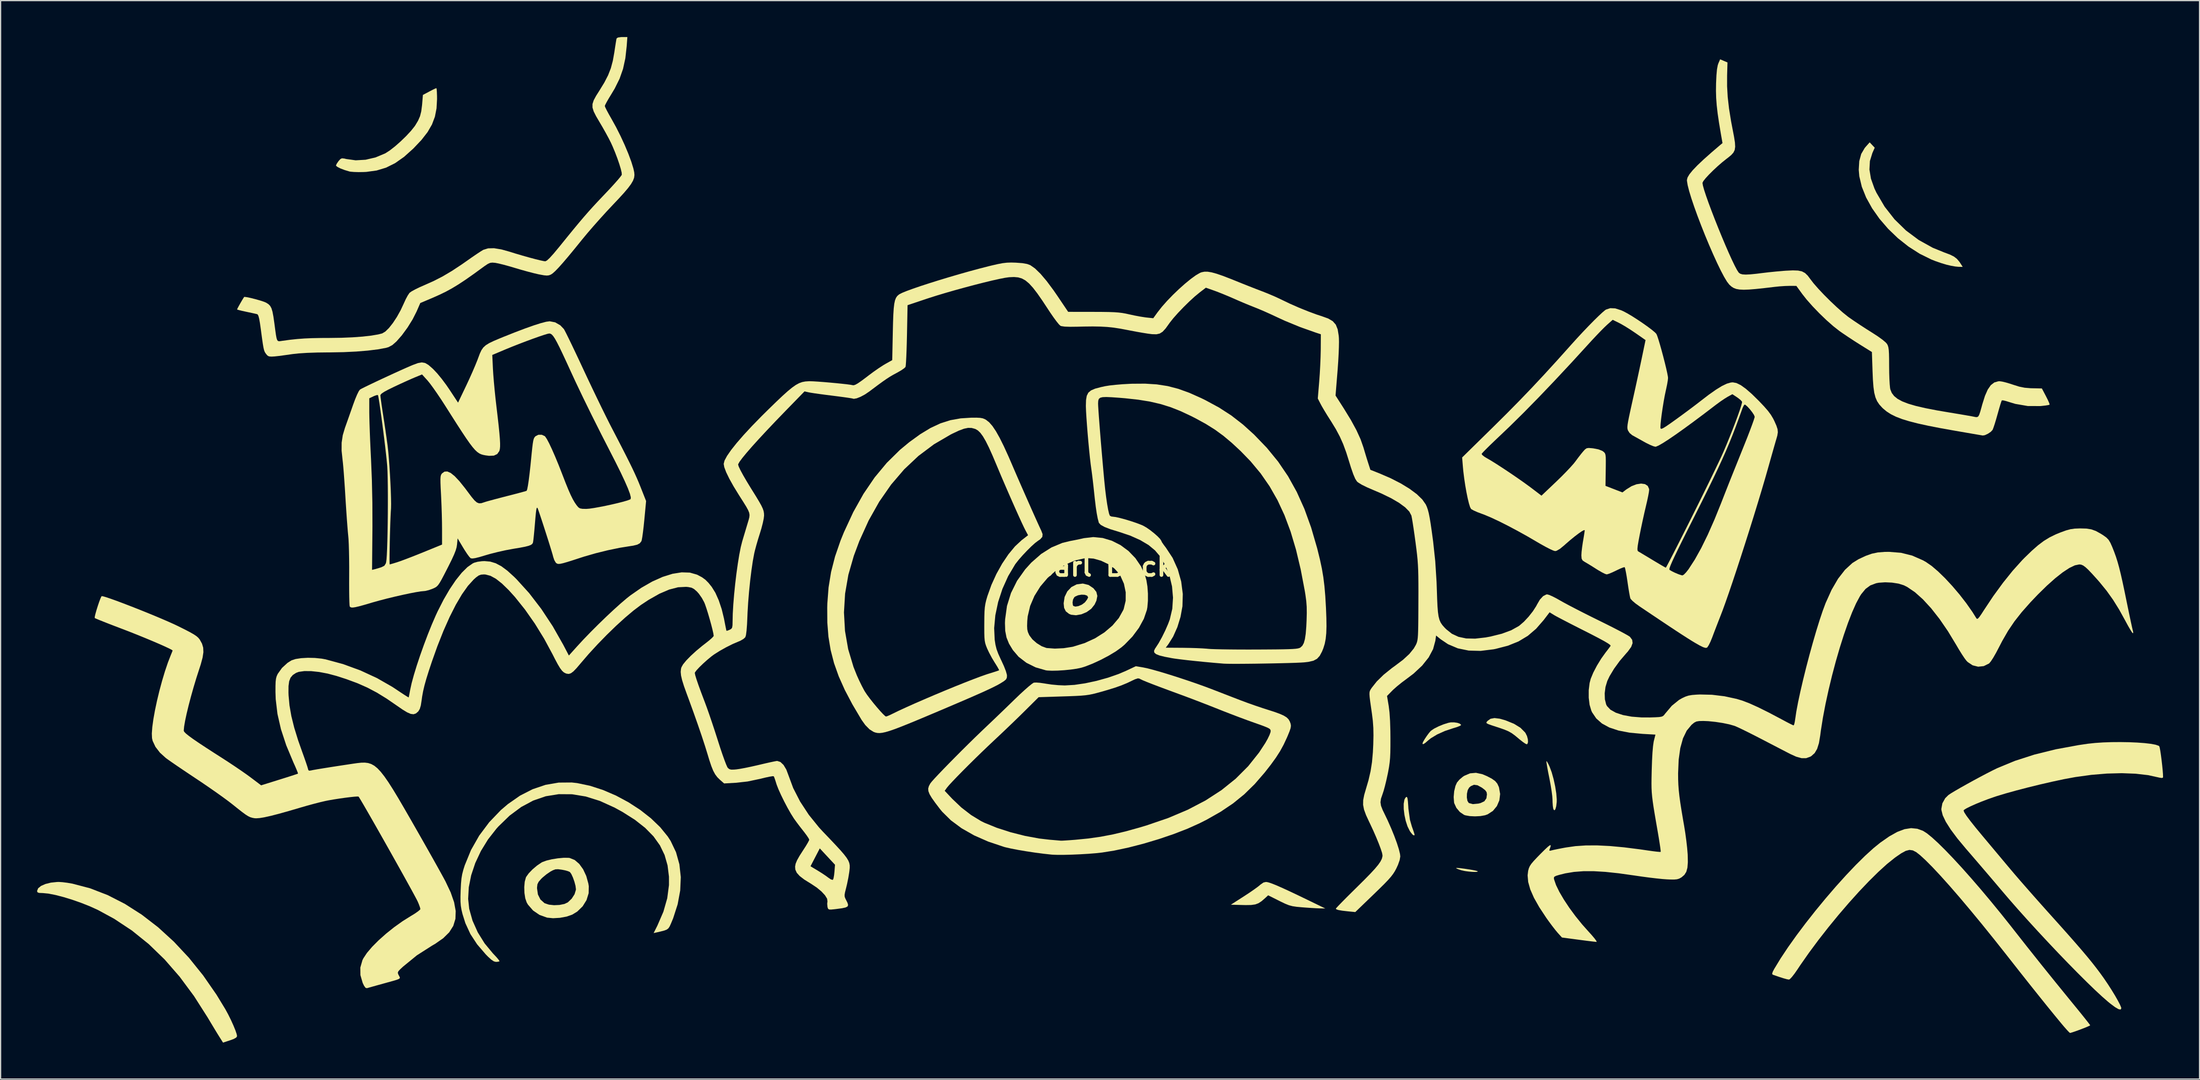
<source format=kicad_pcb>
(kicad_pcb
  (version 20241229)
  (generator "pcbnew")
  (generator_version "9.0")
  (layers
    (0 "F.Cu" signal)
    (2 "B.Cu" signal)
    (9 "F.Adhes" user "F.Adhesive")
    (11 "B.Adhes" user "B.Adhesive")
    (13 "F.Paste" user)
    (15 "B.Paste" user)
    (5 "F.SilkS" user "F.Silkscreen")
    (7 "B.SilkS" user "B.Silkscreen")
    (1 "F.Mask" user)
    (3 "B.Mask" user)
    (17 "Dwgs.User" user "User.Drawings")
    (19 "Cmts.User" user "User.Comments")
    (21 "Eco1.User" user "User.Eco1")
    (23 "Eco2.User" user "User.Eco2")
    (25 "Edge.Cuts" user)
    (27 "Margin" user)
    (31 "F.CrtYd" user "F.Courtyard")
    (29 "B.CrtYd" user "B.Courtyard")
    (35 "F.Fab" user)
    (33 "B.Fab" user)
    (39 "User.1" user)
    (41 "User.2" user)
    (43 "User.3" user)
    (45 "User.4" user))
  (footprint "Carl Back"
    (layer "F.Cu")
    (at 87.712 43.582)
    (property "Reference" "Carl Back" (at 0 0 0) (layer "F.SilkS") (effects (font (size 1.524 1.524) (thickness 0.3))))
    (attr board_only exclude_from_pos_files exclude_from_bom)
    (fp_poly (pts (xy 29.322 24.815) (xy 29.638 24.855) (xy 29.987 24.906) (xy 30.321 24.962) (xy 30.59 25.015) (xy 30.746 25.058) (xy 30.764 25.069) (xy 30.735 25.109) (xy 30.57 25.124) (xy 30.314 25.117) (xy 30.009 25.091) (xy 29.702 25.048) (xy 29.437 24.991) (xy 29.388 24.977) (xy 29.145 24.893) (xy 29.001 24.826) (xy 28.984 24.801) (xy 29.087 24.795)) (stroke (width 0) (type solid)) (fill yes) (layer "F.SilkS"))
    (fp_poly (pts (xy 24.944 18.955) (xy 24.989 19.071) (xy 25.022 19.322) (xy 25.052 19.728) (xy 25.063 19.918) (xy 25.19 20.835) (xy 25.344 21.373) (xy 25.47 21.73) (xy 25.542 21.949) (xy 25.57 22.062) (xy 25.558 22.105) (xy 25.514 22.111) (xy 25.493 22.111) (xy 25.394 22.04) (xy 25.248 21.86) (xy 25.172 21.746) (xy 24.989 21.375) (xy 24.842 20.922) (xy 24.737 20.431) (xy 24.679 19.948) (xy 24.676 19.516) (xy 24.733 19.181) (xy 24.8 19.045) (xy 24.883 18.953)) (stroke (width 0) (type solid)) (fill yes) (layer "F.SilkS"))
    (fp_poly (pts (xy 29.088 12.854) (xy 29.294 12.925) (xy 29.389 13.011) (xy 29.382 13.053) (xy 29.275 13.116) (xy 29.043 13.205) (xy 28.76 13.291) (xy 28.06 13.525) (xy 27.43 13.808) (xy 26.914 14.119) (xy 26.704 14.287) (xy 26.448 14.508) (xy 26.296 14.606) (xy 26.23 14.592) (xy 26.222 14.545) (xy 26.273 14.414) (xy 26.402 14.193) (xy 26.573 13.935) (xy 26.751 13.693) (xy 26.9 13.521) (xy 26.919 13.504) (xy 27.176 13.33) (xy 27.543 13.145) (xy 27.951 12.978) (xy 28.331 12.857) (xy 28.542 12.816) (xy 28.821 12.814)) (stroke (width 0) (type solid)) (fill yes) (layer "F.SilkS"))
    (fp_poly (pts (xy 36.467 16.055) (xy 36.569 16.237) (xy 36.676 16.464) (xy 36.847 16.927) (xy 37.003 17.485) (xy 37.132 18.081) (xy 37.223 18.657) (xy 37.263 19.154) (xy 37.259 19.379) (xy 37.217 19.725) (xy 37.153 19.956) (xy 37.08 20.054) (xy 37.007 19.999) (xy 36.971 19.901) (xy 36.939 19.691) (xy 36.918 19.382) (xy 36.913 19.175) (xy 36.894 18.895) (xy 36.842 18.486) (xy 36.765 17.999) (xy 36.669 17.482) (xy 36.643 17.351) (xy 36.55 16.886) (xy 36.477 16.488) (xy 36.428 16.19) (xy 36.41 16.024) (xy 36.413 16.001)) (stroke (width 0) (type solid)) (fill yes) (layer "F.SilkS"))
    (fp_poly (pts (xy 32.573 12.513) (xy 33.047 12.648) (xy 33.747 12.933) (xy 34.278 13.261) (xy 34.653 13.639) (xy 34.695 13.699) (xy 34.817 13.944) (xy 34.887 14.21) (xy 34.899 14.443) (xy 34.849 14.591) (xy 34.788 14.618) (xy 34.668 14.561) (xy 34.454 14.413) (xy 34.189 14.202) (xy 34.137 14.157) (xy 33.819 13.893) (xy 33.553 13.7) (xy 33.287 13.549) (xy 32.968 13.414) (xy 32.546 13.266) (xy 32.344 13.2) (xy 31.928 13.064) (xy 31.661 12.969) (xy 31.517 12.9) (xy 31.473 12.84) (xy 31.504 12.772) (xy 31.574 12.693) (xy 31.816 12.52) (xy 32.142 12.46)) (stroke (width 0) (type solid)) (fill yes) (layer "F.SilkS"))
    (fp_poly (pts (xy 13.516 25.974) (xy 13.768 26.054) (xy 14.124 26.193) (xy 14.595 26.397) (xy 15.193 26.67) (xy 15.929 27.018) (xy 16.812 27.444) (xy 18.228 28.132) (xy 17.771 28.124) (xy 17.482 28.112) (xy 17.076 28.089) (xy 16.614 28.057) (xy 16.327 28.035) (xy 15.874 27.994) (xy 15.534 27.943) (xy 15.243 27.866) (xy 14.935 27.743) (xy 14.547 27.557) (xy 14.435 27.501) (xy 13.53 27.047) (xy 13.282 27.276) (xy 12.99 27.53) (xy 12.733 27.699) (xy 12.461 27.799) (xy 12.125 27.845) (xy 11.677 27.852) (xy 11.451 27.847) (xy 10.462 27.821) (xy 11.568 27.11) (xy 11.985 26.836) (xy 12.361 26.577) (xy 12.663 26.358) (xy 12.855 26.203) (xy 12.886 26.173) (xy 13.144 25.994) (xy 13.355 25.948)) (stroke (width 0) (type solid)) (fill yes) (layer "F.SilkS"))
    (fp_poly (pts (xy -1.244 1.506) (xy -0.842 1.776) (xy -0.6 2.079) (xy -0.518 2.412) (xy -0.594 2.799) (xy -0.746 3.124) (xy -1.019 3.467) (xy -1.396 3.739) (xy -1.829 3.922) (xy -2.272 4.001) (xy -2.678 3.957) (xy -2.853 3.883) (xy -3.114 3.675) (xy -3.252 3.392) (xy -3.289 3.018) (xy -3.28 2.955) (xy -2.558 2.955) (xy -2.529 3.171) (xy -2.49 3.236) (xy -2.323 3.288) (xy -2.074 3.247) (xy -1.801 3.132) (xy -1.566 2.962) (xy -1.53 2.925) (xy -1.371 2.719) (xy -1.284 2.549) (xy -1.279 2.517) (xy -1.357 2.388) (xy -1.554 2.318) (xy -1.819 2.306) (xy -2.098 2.354) (xy -2.339 2.459) (xy -2.418 2.523) (xy -2.518 2.709) (xy -2.558 2.955) (xy -3.28 2.955) (xy -3.211 2.494) (xy -2.99 2.037) (xy -2.652 1.681) (xy -2.217 1.458) (xy -2.212 1.457) (xy -1.71 1.392)) (stroke (width 0) (type solid)) (fill yes) (layer "F.SilkS"))
    (fp_poly (pts (xy 63.205 -34.697) (xy 63.412 -34.476) (xy 63.218 -34.037) (xy 63.016 -33.38) (xy 62.977 -32.68) (xy 63.101 -31.929) (xy 63.391 -31.116) (xy 63.554 -30.771) (xy 64.228 -29.622) (xy 65.042 -28.582) (xy 65.981 -27.665) (xy 67.032 -26.881) (xy 68.18 -26.243) (xy 69.134 -25.855) (xy 69.597 -25.682) (xy 69.928 -25.517) (xy 70.173 -25.328) (xy 70.379 -25.083) (xy 70.488 -24.92) (xy 70.648 -24.669) (xy 70.295 -24.675) (xy 70.022 -24.702) (xy 69.657 -24.768) (xy 69.308 -24.851) (xy 68.867 -24.984) (xy 68.387 -25.151) (xy 68.074 -25.274) (xy 67.108 -25.751) (xy 66.183 -26.344) (xy 65.313 -27.034) (xy 64.515 -27.802) (xy 63.803 -28.628) (xy 63.195 -29.493) (xy 62.705 -30.377) (xy 62.35 -31.261) (xy 62.144 -32.126) (xy 62.098 -32.66) (xy 62.14 -33.372) (xy 62.301 -33.963) (xy 62.587 -34.451) (xy 62.667 -34.547) (xy 62.997 -34.918)) (stroke (width 0) (type solid)) (fill yes) (layer "F.SilkS"))
    (fp_poly (pts (xy 31.149 17.082) (xy 31.541 17.249) (xy 31.938 17.46) (xy 32.202 17.65) (xy 32.374 17.857) (xy 32.495 18.12) (xy 32.514 18.173) (xy 32.607 18.708) (xy 32.543 19.231) (xy 32.339 19.707) (xy 32.011 20.103) (xy 31.578 20.384) (xy 31.359 20.462) (xy 30.982 20.528) (xy 30.54 20.55) (xy 30.105 20.529) (xy 29.748 20.465) (xy 29.644 20.429) (xy 29.298 20.196) (xy 29.009 19.854) (xy 28.833 19.471) (xy 28.818 19.404) (xy 28.788 19.002) (xy 29.869 19.002) (xy 29.918 19.276) (xy 30.025 19.446) (xy 30.037 19.454) (xy 30.364 19.543) (xy 30.812 19.501) (xy 30.995 19.457) (xy 31.308 19.309) (xy 31.476 19.067) (xy 31.522 18.743) (xy 31.492 18.558) (xy 31.377 18.397) (xy 31.141 18.213) (xy 31.096 18.182) (xy 30.744 17.99) (xy 30.456 17.951) (xy 30.196 18.064) (xy 30.057 18.184) (xy 29.94 18.393) (xy 29.877 18.686) (xy 29.869 19.002) (xy 28.788 19.002) (xy 28.785 18.963) (xy 28.827 18.483) (xy 28.933 18.041) (xy 29.056 17.768) (xy 29.258 17.527) (xy 29.538 17.291) (xy 29.66 17.211) (xy 30.134 17.01) (xy 30.621 16.967)) (stroke (width 0) (type solid)) (fill yes) (layer "F.SilkS"))
    (fp_poly (pts (xy -85.625 25.967) (xy -85.232 26.016) (xy -84.826 26.085) (xy -84.807 26.089) (xy -83.352 26.471) (xy -81.91 27.029) (xy -80.492 27.754) (xy -79.105 28.64) (xy -77.758 29.679) (xy -76.462 30.864) (xy -75.224 32.188) (xy -74.054 33.643) (xy -72.96 35.221) (xy -72.231 36.419) (xy -71.997 36.849) (xy -71.77 37.307) (xy -71.567 37.756) (xy -71.404 38.155) (xy -71.299 38.467) (xy -71.266 38.639) (xy -71.334 38.754) (xy -71.549 38.874) (xy -71.844 38.981) (xy -72.421 39.169) (xy -72.744 38.657) (xy -72.918 38.377) (xy -73.153 37.989) (xy -73.42 37.546) (xy -73.687 37.099) (xy -73.689 37.095) (xy -74.809 35.338) (xy -75.985 33.751) (xy -77.224 32.327) (xy -78.531 31.061) (xy -79.913 29.947) (xy -81.375 28.979) (xy -82.702 28.258) (xy -83.358 27.959) (xy -84.072 27.675) (xy -84.809 27.416) (xy -85.531 27.194) (xy -86.202 27.021) (xy -86.786 26.906) (xy -87.246 26.862) (xy -87.269 26.862) (xy -87.539 26.851) (xy -87.671 26.807) (xy -87.711 26.712) (xy -87.712 26.686) (xy -87.626 26.47) (xy -87.388 26.276) (xy -87.028 26.117) (xy -86.576 26.004) (xy -86.063 25.951) (xy -85.922 25.948)) (stroke (width 0) (type solid)) (fill yes) (layer "F.SilkS"))
    (fp_poly (pts (xy -54.852 -39.294) (xy -54.834 -39.066) (xy -54.822 -38.732) (xy -54.82 -38.475) (xy -54.862 -37.714) (xy -54.996 -37.028) (xy -55.237 -36.387) (xy -55.599 -35.76) (xy -56.098 -35.118) (xy -56.748 -34.431) (xy -56.779 -34.4) (xy -57.536 -33.721) (xy -58.271 -33.204) (xy -59.013 -32.835) (xy -59.791 -32.6) (xy -60.635 -32.485) (xy -60.846 -32.475) (xy -61.265 -32.468) (xy -61.649 -32.479) (xy -61.937 -32.504) (xy -62.02 -32.519) (xy -62.409 -32.635) (xy -62.749 -32.763) (xy -63 -32.888) (xy -63.125 -32.99) (xy -63.131 -33.014) (xy -63.075 -33.15) (xy -62.941 -33.348) (xy -62.912 -33.385) (xy -62.769 -33.543) (xy -62.641 -33.604) (xy -62.455 -33.586) (xy -62.281 -33.545) (xy -61.513 -33.439) (xy -60.696 -33.486) (xy -59.872 -33.679) (xy -59.081 -34.011) (xy -59.076 -34.014) (xy -58.713 -34.246) (xy -58.279 -34.585) (xy -57.817 -34.992) (xy -57.366 -35.429) (xy -56.968 -35.857) (xy -56.664 -36.238) (xy -56.616 -36.308) (xy -56.38 -36.702) (xy -56.221 -37.066) (xy -56.12 -37.464) (xy -56.055 -37.964) (xy -56.042 -38.104) (xy -55.983 -38.819) (xy -55.457 -39.099) (xy -55.18 -39.243) (xy -54.969 -39.344) (xy -54.876 -39.379)) (stroke (width 0) (type solid)) (fill yes) (layer "F.SilkS"))
    (fp_poly (pts (xy -44.021 23.962) (xy -43.905 23.977) (xy -43.501 24.141) (xy -43.128 24.461) (xy -42.805 24.909) (xy -42.548 25.459) (xy -42.376 26.083) (xy -42.342 26.296) (xy -42.353 26.878) (xy -42.527 27.441) (xy -42.846 27.955) (xy -43.289 28.385) (xy -43.699 28.636) (xy -44.161 28.798) (xy -44.715 28.9) (xy -45.279 28.933) (xy -45.769 28.885) (xy -45.775 28.883) (xy -46.392 28.662) (xy -46.926 28.297) (xy -47.343 27.815) (xy -47.447 27.638) (xy -47.565 27.295) (xy -47.633 26.852) (xy -47.645 26.477) (xy -46.597 26.477) (xy -46.524 26.981) (xy -46.317 27.394) (xy -45.989 27.687) (xy -45.958 27.705) (xy -45.621 27.816) (xy -45.197 27.861) (xy -44.75 27.841) (xy -44.347 27.76) (xy -44.066 27.629) (xy -43.745 27.321) (xy -43.512 26.96) (xy -43.403 26.603) (xy -43.399 26.532) (xy -43.434 26.264) (xy -43.523 25.928) (xy -43.644 25.586) (xy -43.775 25.3) (xy -43.895 25.131) (xy -43.896 25.131) (xy -44.05 25.061) (xy -44.318 24.987) (xy -44.55 24.942) (xy -44.867 24.9) (xy -45.088 24.911) (xy -45.298 24.988) (xy -45.496 25.096) (xy -45.82 25.317) (xy -46.147 25.588) (xy -46.254 25.692) (xy -46.463 25.932) (xy -46.565 26.138) (xy -46.596 26.393) (xy -46.597 26.477) (xy -47.645 26.477) (xy -47.648 26.375) (xy -47.609 25.929) (xy -47.514 25.58) (xy -47.491 25.532) (xy -47.282 25.24) (xy -46.967 24.913) (xy -46.601 24.602) (xy -46.24 24.357) (xy -46.162 24.314) (xy -45.83 24.191) (xy -45.385 24.084) (xy -44.892 24.004) (xy -44.416 23.96)) (stroke (width 0) (type solid)) (fill yes) (layer "F.SilkS"))
    (fp_poly (pts (xy -43.299 17.812) (xy -42.243 18.033) (xy -41.17 18.381) (xy -40.104 18.84) (xy -39.074 19.393) (xy -38.106 20.023) (xy -37.227 20.713) (xy -36.464 21.448) (xy -35.845 22.209) (xy -35.608 22.576) (xy -35.168 23.5) (xy -34.89 24.496) (xy -34.775 25.551) (xy -34.823 26.652) (xy -35.033 27.788) (xy -35.405 28.945) (xy -35.591 29.391) (xy -35.692 29.611) (xy -35.79 29.761) (xy -35.923 29.865) (xy -36.129 29.947) (xy -36.448 30.029) (xy -36.755 30.099) (xy -37.008 30.156) (xy -36.698 29.537) (xy -36.205 28.396) (xy -35.889 27.288) (xy -35.747 26.205) (xy -35.748 25.513) (xy -35.863 24.584) (xy -36.108 23.728) (xy -36.492 22.935) (xy -37.022 22.194) (xy -37.707 21.496) (xy -38.554 20.83) (xy -39.571 20.186) (xy -40.224 19.828) (xy -41.422 19.283) (xy -42.588 18.917) (xy -43.719 18.731) (xy -44.816 18.724) (xy -45.879 18.896) (xy -46.906 19.248) (xy -47.897 19.779) (xy -48.851 20.488) (xy -49.768 21.377) (xy -49.933 21.56) (xy -50.629 22.45) (xy -51.214 23.403) (xy -51.678 24.394) (xy -52.013 25.398) (xy -52.211 26.39) (xy -52.262 27.345) (xy -52.176 28.158) (xy -51.903 29.131) (xy -51.472 30.094) (xy -50.907 31.005) (xy -50.23 31.822) (xy -50.183 31.872) (xy -49.942 32.129) (xy -49.767 32.335) (xy -49.686 32.459) (xy -49.685 32.478) (xy -49.804 32.514) (xy -49.978 32.527) (xy -50.145 32.485) (xy -50.353 32.349) (xy -50.631 32.096) (xy -50.813 31.91) (xy -51.526 31.08) (xy -52.078 30.236) (xy -52.49 29.341) (xy -52.727 28.586) (xy -52.812 28.228) (xy -52.865 27.907) (xy -52.891 27.566) (xy -52.893 27.151) (xy -52.878 26.636) (xy -52.851 26.089) (xy -52.812 25.664) (xy -52.75 25.301) (xy -52.656 24.937) (xy -52.542 24.578) (xy -52.029 23.324) (xy -51.354 22.135) (xy -50.53 21.033) (xy -49.575 20.037) (xy -48.994 19.541) (xy -47.994 18.844) (xy -46.957 18.315) (xy -45.895 17.956) (xy -44.819 17.771) (xy -43.739 17.763)) (stroke (width 0) (type solid)) (fill yes) (layer "F.SilkS"))
    (fp_poly (pts (xy -0.082 -2.359) (xy 0.673 -2.133) (xy 1.389 -1.771) (xy 2.043 -1.288) (xy 2.612 -0.698) (xy 3.076 -0.017) (xy 3.411 0.74) (xy 3.514 1.105) (xy 3.599 1.62) (xy 3.642 2.215) (xy 3.641 2.815) (xy 3.595 3.348) (xy 3.556 3.561) (xy 3.307 4.291) (xy 2.904 5.032) (xy 2.37 5.751) (xy 1.728 6.414) (xy 1.46 6.644) (xy 1 6.975) (xy 0.418 7.325) (xy -0.231 7.667) (xy -0.89 7.973) (xy -1.506 8.215) (xy -1.827 8.316) (xy -2.21 8.398) (xy -2.697 8.468) (xy -3.235 8.522) (xy -3.773 8.556) (xy -4.257 8.566) (xy -4.636 8.548) (xy -4.751 8.532) (xy -5.598 8.288) (xy -6.353 7.912) (xy -6.994 7.418) (xy -7.467 6.863) (xy -7.784 6.338) (xy -7.989 5.829) (xy -8.095 5.282) (xy -8.108 4.88) (xy -6.295 4.88) (xy -6.281 5.162) (xy -6.23 5.382) (xy -6.134 5.601) (xy -6.1 5.665) (xy -5.856 5.988) (xy -5.502 6.297) (xy -5.102 6.546) (xy -4.719 6.688) (xy -4.672 6.697) (xy -4.017 6.745) (xy -3.29 6.711) (xy -2.579 6.6) (xy -2.49 6.579) (xy -1.564 6.291) (xy -0.704 5.896) (xy 0.065 5.409) (xy 0.723 4.848) (xy 1.247 4.229) (xy 1.615 3.568) (xy 1.651 3.477) (xy 1.811 2.811) (xy 1.814 2.106) (xy 1.667 1.403) (xy 1.375 0.748) (xy 1.258 0.563) (xy 0.876 0.147) (xy 0.367 -0.211) (xy -0.216 -0.489) (xy -0.823 -0.661) (xy -1.401 -0.706) (xy -1.519 -0.696) (xy -2.359 -0.508) (xy -3.168 -0.16) (xy -3.925 0.327) (xy -4.612 0.932) (xy -5.207 1.632) (xy -5.691 2.407) (xy -6.044 3.234) (xy -6.246 4.092) (xy -6.282 4.477) (xy -6.295 4.88) (xy -8.108 4.88) (xy -8.116 4.642) (xy -8.103 4.343) (xy -7.95 3.233) (xy -7.621 2.172) (xy -7.122 1.167) (xy -6.454 0.225) (xy -5.946 -0.336) (xy -5.141 -1.041) (xy -4.287 -1.582) (xy -3.397 -1.953) (xy -2.767 -2.107) (xy -2.381 -2.18) (xy -1.932 -2.274) (xy -1.624 -2.344) (xy -0.855 -2.434)) (stroke (width 0) (type solid)) (fill yes) (layer "F.SilkS"))
    (fp_poly (pts (xy 66.917 21.571) (xy 67.38 21.74) (xy 67.7 21.943) (xy 68.118 22.282) (xy 68.625 22.746) (xy 69.209 23.323) (xy 69.861 24.002) (xy 70.571 24.772) (xy 71.327 25.622) (xy 72.121 26.541) (xy 72.941 27.518) (xy 73.778 28.541) (xy 74.622 29.599) (xy 74.875 29.923) (xy 75.932 31.267) (xy 77.073 32.702) (xy 78.262 34.179) (xy 79.461 35.653) (xy 79.706 35.953) (xy 80.1 36.435) (xy 80.452 36.869) (xy 80.746 37.238) (xy 80.968 37.519) (xy 81.1 37.695) (xy 81.132 37.745) (xy 81.054 37.793) (xy 80.848 37.884) (xy 80.56 37.999) (xy 80.235 38.123) (xy 79.919 38.238) (xy 79.656 38.326) (xy 79.491 38.372) (xy 79.469 38.374) (xy 79.389 38.308) (xy 79.22 38.129) (xy 78.989 37.867) (xy 78.78 37.62) (xy 78.219 36.939) (xy 77.594 36.171) (xy 76.899 35.305) (xy 76.121 34.33) (xy 75.253 33.232) (xy 74.285 32) (xy 74.255 31.961) (xy 73.217 30.65) (xy 72.222 29.416) (xy 71.276 28.269) (xy 70.39 27.217) (xy 69.569 26.27) (xy 68.822 25.437) (xy 68.158 24.727) (xy 67.583 24.15) (xy 67.151 23.752) (xy 66.827 23.497) (xy 66.545 23.35) (xy 66.268 23.312) (xy 65.965 23.389) (xy 65.602 23.584) (xy 65.144 23.899) (xy 65.053 23.966) (xy 64.42 24.475) (xy 63.709 25.121) (xy 62.938 25.883) (xy 62.123 26.74) (xy 61.283 27.674) (xy 60.433 28.664) (xy 59.593 29.69) (xy 58.779 30.732) (xy 58.009 31.77) (xy 57.299 32.785) (xy 57.059 33.146) (xy 56.823 33.486) (xy 56.609 33.76) (xy 56.444 33.936) (xy 56.365 33.984) (xy 56.2 33.956) (xy 55.905 33.875) (xy 55.521 33.752) (xy 55.087 33.601) (xy 55.021 33.577) (xy 54.975 33.505) (xy 55.025 33.338) (xy 55.151 33.099) (xy 55.668 32.248) (xy 56.282 31.323) (xy 56.978 30.345) (xy 57.736 29.336) (xy 58.539 28.317) (xy 59.37 27.308) (xy 60.21 26.331) (xy 61.043 25.407) (xy 61.849 24.557) (xy 62.612 23.803) (xy 63.313 23.165) (xy 63.865 22.717) (xy 64.609 22.198) (xy 65.269 21.828) (xy 65.863 21.604) (xy 66.407 21.519)) (stroke (width 0) (type solid)) (fill yes) (layer "F.SilkS"))
    (fp_poly (pts (xy 84.324 14.448) (xy 84.993 14.477) (xy 85.597 14.521) (xy 86.11 14.58) (xy 86.505 14.653) (xy 86.756 14.738) (xy 86.81 14.777) (xy 86.848 14.892) (xy 86.896 15.147) (xy 86.949 15.501) (xy 87.002 15.912) (xy 87.051 16.339) (xy 87.091 16.74) (xy 87.117 17.073) (xy 87.124 17.296) (xy 87.114 17.366) (xy 87.006 17.392) (xy 86.801 17.36) (xy 86.774 17.352) (xy 85.889 17.158) (xy 84.864 17.04) (xy 83.728 16.997) (xy 82.506 17.029) (xy 81.225 17.135) (xy 79.914 17.316) (xy 78.987 17.487) (xy 78.015 17.695) (xy 77.011 17.926) (xy 76.013 18.171) (xy 75.062 18.419) (xy 74.197 18.659) (xy 73.459 18.882) (xy 73.242 18.953) (xy 72.72 19.136) (xy 72.204 19.333) (xy 71.724 19.53) (xy 71.307 19.716) (xy 70.981 19.877) (xy 70.776 20.001) (xy 70.718 20.068) (xy 70.78 20.227) (xy 70.967 20.516) (xy 71.28 20.935) (xy 71.718 21.486) (xy 72.273 22.156) (xy 72.741 22.715) (xy 73.274 23.352) (xy 73.821 24.005) (xy 74.33 24.613) (xy 74.569 24.897) (xy 74.92 25.312) (xy 75.368 25.832) (xy 75.888 26.427) (xy 76.453 27.07) (xy 77.037 27.729) (xy 77.614 28.376) (xy 77.855 28.644) (xy 78.662 29.543) (xy 79.359 30.326) (xy 79.957 31.007) (xy 80.471 31.602) (xy 80.914 32.128) (xy 81.299 32.601) (xy 81.64 33.037) (xy 81.951 33.451) (xy 82.245 33.859) (xy 82.266 33.89) (xy 82.585 34.36) (xy 82.893 34.839) (xy 83.174 35.3) (xy 83.409 35.713) (xy 83.583 36.048) (xy 83.678 36.277) (xy 83.691 36.341) (xy 83.635 36.448) (xy 83.463 36.418) (xy 83.174 36.25) (xy 82.766 35.944) (xy 82.596 35.804) (xy 82.111 35.381) (xy 81.524 34.836) (xy 80.853 34.187) (xy 80.115 33.452) (xy 79.325 32.648) (xy 78.501 31.793) (xy 77.661 30.904) (xy 76.82 30) (xy 75.996 29.098) (xy 75.205 28.216) (xy 74.465 27.37) (xy 73.958 26.777) (xy 73.304 26.004) (xy 72.619 25.2) (xy 71.943 24.41) (xy 71.316 23.68) (xy 70.907 23.207) (xy 70.209 22.368) (xy 69.66 21.632) (xy 69.258 20.998) (xy 69.004 20.463) (xy 68.895 20.026) (xy 68.891 19.932) (xy 68.975 19.477) (xy 69.207 19.058) (xy 69.47 18.797) (xy 69.682 18.655) (xy 70.026 18.448) (xy 70.47 18.191) (xy 70.983 17.903) (xy 71.532 17.6) (xy 72.088 17.3) (xy 72.619 17.02) (xy 73.094 16.777) (xy 73.48 16.588) (xy 73.495 16.581) (xy 74.942 15.983) (xy 76.546 15.466) (xy 78.3 15.032) (xy 80.197 14.683) (xy 80.947 14.573) (xy 81.538 14.51) (xy 82.197 14.466) (xy 82.9 14.442) (xy 83.617 14.437)) (stroke (width 0) (type solid)) (fill yes) (layer "F.SilkS"))
    (fp_poly (pts (xy -10.152 -12.244) (xy -9.936 -12.204) (xy -9.759 -12.13) (xy -9.658 -12.072) (xy -9.406 -11.871) (xy -9.142 -11.567) (xy -8.86 -11.147) (xy -8.551 -10.598) (xy -8.208 -9.908) (xy -7.823 -9.063) (xy -7.578 -8.497) (xy -7.354 -7.976) (xy -7.096 -7.379) (xy -6.814 -6.733) (xy -6.52 -6.064) (xy -6.226 -5.397) (xy -5.944 -4.76) (xy -5.684 -4.177) (xy -5.459 -3.676) (xy -5.28 -3.282) (xy -5.158 -3.021) (xy -5.133 -2.97) (xy -5.021 -2.674) (xy -5.042 -2.451) (xy -5.212 -2.254) (xy -5.415 -2.115) (xy -5.65 -1.936) (xy -5.962 -1.653) (xy -6.314 -1.303) (xy -6.669 -0.926) (xy -6.989 -0.56) (xy -7.238 -0.243) (xy -7.281 -0.183) (xy -7.854 0.785) (xy -8.323 1.828) (xy -8.677 2.911) (xy -8.907 3.999) (xy -9.004 5.057) (xy -8.961 6.011) (xy -8.897 6.427) (xy -8.806 6.794) (xy -8.665 7.175) (xy -8.455 7.637) (xy -8.407 7.736) (xy -8.197 8.195) (xy -8.043 8.59) (xy -7.96 8.883) (xy -7.949 8.98) (xy -7.964 9.15) (xy -8.031 9.282) (xy -8.187 9.416) (xy -8.464 9.591) (xy -8.51 9.618) (xy -8.736 9.745) (xy -9.02 9.891) (xy -9.376 10.063) (xy -9.818 10.268) (xy -10.363 10.511) (xy -11.024 10.801) (xy -11.815 11.142) (xy -12.752 11.542) (xy -13.431 11.831) (xy -14.46 12.266) (xy -15.335 12.633) (xy -16.073 12.937) (xy -16.687 13.182) (xy -17.191 13.374) (xy -17.602 13.516) (xy -17.933 13.614) (xy -18.2 13.672) (xy -18.416 13.696) (xy -18.597 13.689) (xy -18.756 13.657) (xy -18.91 13.604) (xy -18.913 13.603) (xy -19.253 13.391) (xy -19.605 13.033) (xy -19.907 12.611) (xy -20.662 11.336) (xy -21.285 10.153) (xy -21.786 9.031) (xy -22.172 7.944) (xy -22.451 6.863) (xy -22.633 5.762) (xy -22.724 4.61) (xy -22.73 3.766) (xy -21.356 3.766) (xy -21.271 5.292) (xy -21.01 6.79) (xy -20.572 8.253) (xy -20.294 8.951) (xy -20.099 9.382) (xy -19.888 9.814) (xy -19.695 10.177) (xy -19.632 10.285) (xy -19.459 10.544) (xy -19.222 10.862) (xy -18.947 11.21) (xy -18.659 11.557) (xy -18.384 11.873) (xy -18.148 12.127) (xy -17.975 12.29) (xy -17.901 12.335) (xy -17.774 12.296) (xy -17.545 12.197) (xy -17.366 12.109) (xy -16.867 11.866) (xy -16.243 11.578) (xy -15.524 11.256) (xy -14.736 10.913) (xy -13.908 10.559) (xy -13.067 10.207) (xy -12.24 9.867) (xy -11.456 9.552) (xy -10.741 9.273) (xy -10.125 9.041) (xy -9.634 8.868) (xy -9.456 8.811) (xy -9.096 8.699) (xy -8.808 8.607) (xy -8.633 8.546) (xy -8.599 8.531) (xy -8.628 8.447) (xy -8.738 8.25) (xy -8.905 7.978) (xy -8.952 7.906) (xy -9.187 7.516) (xy -9.418 7.085) (xy -9.581 6.739) (xy -9.672 6.512) (xy -9.737 6.309) (xy -9.779 6.092) (xy -9.804 5.823) (xy -9.815 5.465) (xy -9.817 4.978) (xy -9.816 4.705) (xy -9.811 4.131) (xy -9.798 3.695) (xy -9.772 3.353) (xy -9.727 3.059) (xy -9.66 2.768) (xy -9.564 2.437) (xy -9.559 2.421) (xy -9.23 1.503) (xy -8.82 0.602) (xy -8.346 -0.249) (xy -7.83 -1.016) (xy -7.292 -1.667) (xy -6.751 -2.17) (xy -6.746 -2.174) (xy -6.216 -2.585) (xy -6.44 -3.006) (xy -6.565 -3.257) (xy -6.75 -3.65) (xy -6.981 -4.156) (xy -7.247 -4.748) (xy -7.536 -5.4) (xy -7.835 -6.083) (xy -8.133 -6.77) (xy -8.418 -7.433) (xy -8.676 -8.047) (xy -8.788 -8.314) (xy -9.135 -9.136) (xy -9.434 -9.801) (xy -9.695 -10.324) (xy -9.927 -10.722) (xy -10.139 -11.011) (xy -10.341 -11.206) (xy -10.542 -11.325) (xy -10.568 -11.335) (xy -10.851 -11.413) (xy -11.146 -11.421) (xy -11.485 -11.351) (xy -11.9 -11.197) (xy -12.426 -10.951) (xy -12.583 -10.871) (xy -13.953 -10.07) (xy -15.228 -9.114) (xy -16.404 -8.007) (xy -17.48 -6.749) (xy -18.455 -5.345) (xy -19.326 -3.796) (xy -20.092 -2.105) (xy -20.546 -0.889) (xy -20.993 0.667) (xy -21.263 2.221) (xy -21.356 3.766) (xy -22.73 3.766) (xy -22.733 3.382) (xy -22.723 3.03) (xy -22.622 1.709) (xy -22.415 0.437) (xy -22.09 -0.832) (xy -21.638 -2.144) (xy -21.359 -2.832) (xy -20.589 -4.493) (xy -19.75 -5.992) (xy -18.835 -7.338) (xy -17.835 -8.542) (xy -16.746 -9.614) (xy -15.989 -10.241) (xy -15.082 -10.899) (xy -14.236 -11.412) (xy -13.422 -11.792) (xy -12.607 -12.052) (xy -11.761 -12.203) (xy -10.892 -12.258) (xy -10.455 -12.26)) (stroke (width 0) (type solid)) (fill yes) (layer "F.SilkS"))
    (fp_poly (pts (xy 3.264 8.298) (xy 3.625 8.375) (xy 4.128 8.507) (xy 4.74 8.682) (xy 5.431 8.893) (xy 6.172 9.129) (xy 6.93 9.38) (xy 7.675 9.636) (xy 8.378 9.889) (xy 8.863 10.072) (xy 9.442 10.296) (xy 10.062 10.536) (xy 10.658 10.767) (xy 11.169 10.964) (xy 11.31 11.018) (xy 11.855 11.221) (xy 12.481 11.442) (xy 13.092 11.648) (xy 13.412 11.75) (xy 14.025 11.947) (xy 14.486 12.114) (xy 14.819 12.263) (xy 15.051 12.408) (xy 15.205 12.562) (xy 15.307 12.739) (xy 15.315 12.758) (xy 15.379 12.936) (xy 15.402 13.101) (xy 15.374 13.293) (xy 15.287 13.553) (xy 15.136 13.923) (xy 15.061 14.096) (xy 14.8 14.655) (xy 14.512 15.182) (xy 14.169 15.718) (xy 13.746 16.303) (xy 13.242 16.947) (xy 12.421 17.896) (xy 11.567 18.733) (xy 10.644 19.483) (xy 9.621 20.172) (xy 8.464 20.828) (xy 7.899 21.114) (xy 6.898 21.565) (xy 5.763 22.005) (xy 4.543 22.42) (xy 3.287 22.796) (xy 2.043 23.117) (xy 0.86 23.369) (xy -0.128 23.527) (xy -0.654 23.584) (xy -1.271 23.633) (xy -1.936 23.672) (xy -2.606 23.701) (xy -3.237 23.717) (xy -3.785 23.719) (xy -4.207 23.704) (xy -4.294 23.697) (xy -4.95 23.625) (xy -5.652 23.533) (xy -6.359 23.426) (xy -7.027 23.313) (xy -7.614 23.2) (xy -8.076 23.095) (xy -8.2 23.061) (xy -9.49 22.628) (xy -10.654 22.115) (xy -11.683 21.529) (xy -12.563 20.876) (xy -13.282 20.165) (xy -13.464 19.943) (xy -13.853 19.431) (xy -14.135 19.033) (xy -14.318 18.724) (xy -14.413 18.477) (xy -14.415 18.447) (xy -13.071 18.447) (xy -12.452 19.106) (xy -11.706 19.818) (xy -10.9 20.441) (xy -10.084 20.939) (xy -9.806 21.076) (xy -8.786 21.492) (xy -7.651 21.858) (xy -6.466 22.158) (xy -5.297 22.374) (xy -4.454 22.472) (xy -4.073 22.504) (xy -3.76 22.531) (xy -3.56 22.549) (xy -3.518 22.553) (xy -3.395 22.551) (xy -3.13 22.535) (xy -2.761 22.51) (xy -2.33 22.477) (xy -1.264 22.372) (xy -0.254 22.229) (xy 0.751 22.038) (xy 1.799 21.789) (xy 2.938 21.473) (xy 3.531 21.295) (xy 5.308 20.687) (xy 6.924 20.003) (xy 8.383 19.239) (xy 9.693 18.39) (xy 10.858 17.453) (xy 11.887 16.423) (xy 12.783 15.296) (xy 13.292 14.519) (xy 13.486 14.175) (xy 13.637 13.861) (xy 13.722 13.628) (xy 13.731 13.575) (xy 13.732 13.479) (xy 13.701 13.399) (xy 13.613 13.322) (xy 13.445 13.236) (xy 13.17 13.125) (xy 12.766 12.978) (xy 12.38 12.842) (xy 11.81 12.637) (xy 11.137 12.387) (xy 10.427 12.117) (xy 9.747 11.852) (xy 9.411 11.718) (xy 8.759 11.46) (xy 8.024 11.174) (xy 7.28 10.889) (xy 6.597 10.632) (xy 6.304 10.525) (xy 5.378 10.184) (xy 4.615 9.9) (xy 4.007 9.669) (xy 3.545 9.487) (xy 3.22 9.352) (xy 3.024 9.259) (xy 2.958 9.219) (xy 2.818 9.193) (xy 2.569 9.273) (xy 2.385 9.361) (xy 1.929 9.578) (xy 1.461 9.772) (xy 0.934 9.959) (xy 0.304 10.154) (xy -0.177 10.293) (xy -0.564 10.399) (xy -0.888 10.481) (xy -1.188 10.541) (xy -1.498 10.585) (xy -1.857 10.617) (xy -2.3 10.642) (xy -2.865 10.664) (xy -3.335 10.679) (xy -5.345 10.743) (xy -6.491 11.881) (xy -6.95 12.333) (xy -7.494 12.86) (xy -8.072 13.414) (xy -8.635 13.947) (xy -9.003 14.292) (xy -9.513 14.773) (xy -10.049 15.287) (xy -10.592 15.816) (xy -11.121 16.339) (xy -11.617 16.837) (xy -12.061 17.29) (xy -12.433 17.679) (xy -12.714 17.984) (xy -12.883 18.185) (xy -12.894 18.2) (xy -13.071 18.447) (xy -14.415 18.447) (xy -14.429 18.267) (xy -14.376 18.068) (xy -14.263 17.854) (xy -14.256 17.843) (xy -14.14 17.695) (xy -13.911 17.438) (xy -13.584 17.089) (xy -13.179 16.665) (xy -12.712 16.186) (xy -12.2 15.667) (xy -11.662 15.126) (xy -11.113 14.582) (xy -10.573 14.052) (xy -10.057 13.554) (xy -9.639 13.156) (xy -9.236 12.774) (xy -8.747 12.306) (xy -8.216 11.795) (xy -7.689 11.285) (xy -7.301 10.907) (xy -6.884 10.507) (xy -6.497 10.152) (xy -6.164 9.86) (xy -5.909 9.654) (xy -5.755 9.552) (xy -5.739 9.547) (xy -5.545 9.537) (xy -5.231 9.561) (xy -4.857 9.615) (xy -4.755 9.633) (xy -4.281 9.703) (xy -3.735 9.754) (xy -3.227 9.776) (xy -3.179 9.776) (xy -2.398 9.73) (xy -1.514 9.6) (xy -0.579 9.399) (xy 0.355 9.139) (xy 1.234 8.833) (xy 1.847 8.571) (xy 2.644 8.195)) (stroke (width 0) (type solid)) (fill yes) (layer "F.SilkS"))
    (fp_poly (pts (xy 4.368 -14.999) (xy 5.261 -14.861) (xy 6.135 -14.634) (xy 7.036 -14.309) (xy 8.01 -13.875) (xy 8.36 -13.704) (xy 9.488 -13.094) (xy 10.501 -12.438) (xy 11.46 -11.693) (xy 12.366 -10.873) (xy 13.417 -9.782) (xy 14.346 -8.646) (xy 15.163 -7.443) (xy 15.88 -6.152) (xy 16.51 -4.752) (xy 17.063 -3.22) (xy 17.553 -1.536) (xy 17.584 -1.416) (xy 17.788 -0.586) (xy 17.947 0.16) (xy 18.067 0.874) (xy 18.158 1.611) (xy 18.227 2.422) (xy 18.282 3.362) (xy 18.283 3.375) (xy 18.316 4.216) (xy 18.326 4.906) (xy 18.308 5.472) (xy 18.261 5.943) (xy 18.182 6.349) (xy 18.068 6.717) (xy 17.961 6.981) (xy 17.771 7.339) (xy 17.547 7.585) (xy 17.249 7.743) (xy 16.836 7.838) (xy 16.496 7.877) (xy 16.209 7.895) (xy 15.778 7.914) (xy 15.23 7.931) (xy 14.595 7.947) (xy 13.903 7.962) (xy 13.182 7.975) (xy 12.463 7.986) (xy 11.773 7.993) (xy 11.143 7.997) (xy 10.602 7.997) (xy 10.179 7.993) (xy 9.904 7.984) (xy 9.868 7.982) (xy 9.089 7.916) (xy 8.308 7.844) (xy 7.559 7.769) (xy 6.873 7.696) (xy 6.284 7.626) (xy 5.824 7.565) (xy 5.619 7.532) (xy 5.022 7.418) (xy 4.591 7.31) (xy 4.311 7.199) (xy 4.168 7.075) (xy 4.144 6.928) (xy 4.225 6.748) (xy 4.276 6.675) (xy 4.524 6.293) (xy 4.798 5.798) (xy 5.068 5.251) (xy 5.302 4.712) (xy 5.441 4.34) (xy 5.646 3.467) (xy 5.704 2.551) (xy 5.623 1.624) (xy 5.41 0.722) (xy 5.071 -0.124) (xy 4.615 -0.877) (xy 4.222 -1.339) (xy 3.692 -1.779) (xy 3.002 -2.188) (xy 2.176 -2.557) (xy 1.235 -2.872) (xy 1.188 -2.886) (xy 0.543 -3.084) (xy 0.071 -3.267) (xy -0.237 -3.437) (xy -0.389 -3.599) (xy -0.401 -3.63) (xy -0.489 -3.969) (xy -0.57 -4.393) (xy -0.649 -4.931) (xy -0.73 -5.609) (xy -0.775 -6.03) (xy -0.833 -6.574) (xy -0.893 -7.103) (xy -0.95 -7.569) (xy -0.996 -7.922) (xy -1.01 -8.015) (xy -1.065 -8.418) (xy -1.127 -8.952) (xy -1.191 -9.579) (xy -1.256 -10.262) (xy -1.317 -10.961) (xy -1.371 -11.64) (xy -1.415 -12.261) (xy -1.447 -12.786) (xy -1.461 -13.177) (xy -1.462 -13.253) (xy -1.457 -13.402) (xy -0.457 -13.402) (xy -0.449 -13.194) (xy -0.426 -12.828) (xy -0.391 -12.327) (xy -0.344 -11.715) (xy -0.289 -11.016) (xy -0.227 -10.253) (xy -0.159 -9.45) (xy -0.088 -8.631) (xy -0.016 -7.819) (xy 0.052 -7.081) (xy 0.124 -6.376) (xy 0.204 -5.725) (xy 0.287 -5.155) (xy 0.369 -4.69) (xy 0.446 -4.358) (xy 0.509 -4.193) (xy 0.631 -4.127) (xy 0.759 -4.111) (xy 0.997 -4.081) (xy 1.358 -3.999) (xy 1.796 -3.88) (xy 2.262 -3.738) (xy 2.71 -3.587) (xy 3.093 -3.44) (xy 3.247 -3.372) (xy 3.52 -3.217) (xy 3.832 -3) (xy 4.146 -2.751) (xy 4.428 -2.502) (xy 4.64 -2.283) (xy 4.745 -2.125) (xy 4.751 -2.097) (xy 4.804 -1.994) (xy 4.942 -1.794) (xy 5.12 -1.56) (xy 5.672 -0.721) (xy 6.095 0.22) (xy 6.377 1.223) (xy 6.509 2.252) (xy 6.48 3.263) (xy 6.323 4.131) (xy 6.062 4.98) (xy 5.716 5.756) (xy 5.33 6.373) (xy 5.107 6.67) (xy 6.551 6.68) (xy 7.103 6.689) (xy 7.642 6.705) (xy 8.12 6.727) (xy 8.485 6.752) (xy 8.588 6.763) (xy 8.817 6.779) (xy 9.203 6.793) (xy 9.722 6.805) (xy 10.348 6.814) (xy 11.057 6.82) (xy 11.823 6.822) (xy 12.567 6.821) (xy 13.455 6.816) (xy 14.178 6.811) (xy 14.755 6.803) (xy 15.204 6.792) (xy 15.543 6.777) (xy 15.792 6.758) (xy 15.967 6.733) (xy 16.087 6.702) (xy 16.17 6.663) (xy 16.186 6.653) (xy 16.341 6.509) (xy 16.461 6.287) (xy 16.551 5.967) (xy 16.618 5.525) (xy 16.665 4.938) (xy 16.689 4.431) (xy 16.705 3.812) (xy 16.698 3.301) (xy 16.662 2.826) (xy 16.593 2.312) (xy 16.544 2.01) (xy 16.204 0.222) (xy 15.817 -1.404) (xy 15.375 -2.884) (xy 14.871 -4.234) (xy 14.297 -5.471) (xy 13.647 -6.611) (xy 12.913 -7.67) (xy 12.086 -8.665) (xy 11.272 -9.505) (xy 10.53 -10.195) (xy 9.84 -10.773) (xy 9.152 -11.275) (xy 8.414 -11.738) (xy 7.573 -12.199) (xy 7.205 -12.387) (xy 6.343 -12.792) (xy 5.516 -13.12) (xy 4.684 -13.38) (xy 3.808 -13.583) (xy 2.846 -13.739) (xy 1.76 -13.858) (xy 1.26 -13.899) (xy 0.662 -13.941) (xy 0.221 -13.96) (xy -0.085 -13.948) (xy -0.282 -13.899) (xy -0.394 -13.805) (xy -0.444 -13.659) (xy -0.457 -13.455) (xy -0.457 -13.402) (xy -1.457 -13.402) (xy -1.448 -13.714) (xy -1.389 -14.06) (xy -1.262 -14.314) (xy -1.041 -14.502) (xy -0.702 -14.648) (xy -0.22 -14.776) (xy 0.137 -14.853) (xy 0.494 -14.91) (xy 0.979 -14.963) (xy 1.537 -15.01) (xy 2.116 -15.043) (xy 2.339 -15.052) (xy 3.409 -15.059)) (stroke (width 0) (type solid)) (fill yes) (layer "F.SilkS"))
    (fp_poly (pts (xy 51 -41.622) (xy 51.303 -41.494) (xy 51.272 -40.414) (xy 51.271 -39.536) (xy 51.322 -38.645) (xy 51.43 -37.698) (xy 51.599 -36.65) (xy 51.727 -35.979) (xy 51.844 -35.369) (xy 51.916 -34.906) (xy 51.936 -34.557) (xy 51.897 -34.29) (xy 51.792 -34.074) (xy 51.615 -33.876) (xy 51.358 -33.663) (xy 51.221 -33.559) (xy 50.859 -33.27) (xy 50.48 -32.94) (xy 50.111 -32.595) (xy 49.777 -32.261) (xy 49.504 -31.964) (xy 49.319 -31.73) (xy 49.247 -31.585) (xy 49.247 -31.581) (xy 49.283 -31.359) (xy 49.385 -30.995) (xy 49.543 -30.513) (xy 49.747 -29.935) (xy 49.989 -29.287) (xy 50.257 -28.591) (xy 50.543 -27.873) (xy 50.837 -27.155) (xy 51.128 -26.463) (xy 51.409 -25.818) (xy 51.668 -25.247) (xy 51.897 -24.771) (xy 52.085 -24.416) (xy 52.222 -24.206) (xy 52.232 -24.194) (xy 52.352 -24.105) (xy 52.533 -24.052) (xy 52.802 -24.035) (xy 53.182 -24.053) (xy 53.7 -24.105) (xy 54.141 -24.16) (xy 54.691 -24.225) (xy 55.311 -24.288) (xy 55.897 -24.339) (xy 56.109 -24.354) (xy 56.68 -24.381) (xy 57.107 -24.366) (xy 57.429 -24.297) (xy 57.682 -24.162) (xy 57.903 -23.948) (xy 58.104 -23.679) (xy 58.39 -23.308) (xy 58.786 -22.856) (xy 59.256 -22.358) (xy 59.768 -21.847) (xy 60.287 -21.357) (xy 60.779 -20.92) (xy 61.21 -20.572) (xy 61.307 -20.501) (xy 61.698 -20.231) (xy 62.182 -19.907) (xy 62.698 -19.571) (xy 63.171 -19.273) (xy 63.664 -18.954) (xy 64.055 -18.672) (xy 64.322 -18.445) (xy 64.427 -18.322) (xy 64.49 -18.197) (xy 64.535 -18.042) (xy 64.566 -17.827) (xy 64.585 -17.52) (xy 64.594 -17.093) (xy 64.597 -16.514) (xy 64.597 -16.492) (xy 64.603 -15.949) (xy 64.619 -15.444) (xy 64.643 -15.017) (xy 64.673 -14.707) (xy 64.696 -14.585) (xy 64.813 -14.297) (xy 65.006 -14.041) (xy 65.287 -13.811) (xy 65.671 -13.602) (xy 66.17 -13.408) (xy 66.799 -13.224) (xy 67.572 -13.045) (xy 68.501 -12.864) (xy 69.456 -12.701) (xy 70.018 -12.608) (xy 70.545 -12.52) (xy 70.999 -12.442) (xy 71.344 -12.381) (xy 71.524 -12.347) (xy 71.703 -12.31) (xy 71.83 -12.306) (xy 71.924 -12.359) (xy 72.004 -12.497) (xy 72.089 -12.745) (xy 72.197 -13.13) (xy 72.262 -13.368) (xy 72.478 -14.054) (xy 72.706 -14.572) (xy 72.957 -14.934) (xy 73.242 -15.156) (xy 73.571 -15.252) (xy 73.691 -15.258) (xy 73.9 -15.228) (xy 74.225 -15.149) (xy 74.607 -15.034) (xy 74.776 -14.977) (xy 75.291 -14.815) (xy 75.742 -14.724) (xy 76.224 -14.684) (xy 76.371 -14.68) (xy 77.159 -14.664) (xy 77.494 -14.027) (xy 77.648 -13.72) (xy 77.754 -13.479) (xy 77.796 -13.344) (xy 77.794 -13.332) (xy 77.693 -13.298) (xy 77.455 -13.26) (xy 77.127 -13.223) (xy 77.027 -13.214) (xy 75.998 -13.218) (xy 74.97 -13.395) (xy 74.488 -13.541) (xy 74.191 -13.633) (xy 73.966 -13.685) (xy 73.864 -13.684) (xy 73.821 -13.579) (xy 73.741 -13.335) (xy 73.638 -12.985) (xy 73.52 -12.567) (xy 73.515 -12.548) (xy 73.39 -12.109) (xy 73.271 -11.717) (xy 73.17 -11.417) (xy 73.104 -11.253) (xy 72.955 -11.093) (xy 72.719 -10.935) (xy 72.471 -10.82) (xy 72.297 -10.792) (xy 72.191 -10.81) (xy 71.93 -10.854) (xy 71.538 -10.921) (xy 71.042 -11.007) (xy 70.466 -11.106) (xy 69.953 -11.195) (xy 68.795 -11.402) (xy 67.803 -11.596) (xy 66.959 -11.781) (xy 66.248 -11.963) (xy 65.652 -12.147) (xy 65.156 -12.339) (xy 64.742 -12.544) (xy 64.395 -12.767) (xy 64.098 -13.013) (xy 64.017 -13.092) (xy 63.786 -13.348) (xy 63.607 -13.616) (xy 63.473 -13.926) (xy 63.375 -14.305) (xy 63.308 -14.782) (xy 63.262 -15.387) (xy 63.233 -16.072) (xy 63.18 -17.662) (xy 62.213 -18.265) (xy 61.746 -18.561) (xy 61.248 -18.888) (xy 60.788 -19.198) (xy 60.515 -19.388) (xy 60.014 -19.781) (xy 59.449 -20.279) (xy 58.864 -20.842) (xy 58.302 -21.426) (xy 57.805 -21.988) (xy 57.457 -22.43) (xy 56.967 -23.104) (xy 56.419 -23.106) (xy 56.035 -23.095) (xy 55.575 -23.064) (xy 55.186 -23.024) (xy 54.33 -22.923) (xy 53.634 -22.849) (xy 53.077 -22.804) (xy 52.638 -22.789) (xy 52.294 -22.805) (xy 52.027 -22.852) (xy 51.813 -22.933) (xy 51.633 -23.047) (xy 51.464 -23.197) (xy 51.452 -23.209) (xy 51.26 -23.457) (xy 51.022 -23.855) (xy 50.746 -24.379) (xy 50.442 -25.007) (xy 50.12 -25.714) (xy 49.789 -26.476) (xy 49.458 -27.271) (xy 49.139 -28.074) (xy 48.838 -28.863) (xy 48.568 -29.612) (xy 48.336 -30.299) (xy 48.153 -30.901) (xy 48.028 -31.393) (xy 47.97 -31.752) (xy 47.968 -31.821) (xy 48.018 -32.026) (xy 48.175 -32.292) (xy 48.446 -32.625) (xy 48.837 -33.033) (xy 49.357 -33.524) (xy 50.013 -34.107) (xy 50.641 -34.644) (xy 50.893 -34.856) (xy 50.757 -35.633) (xy 50.606 -36.538) (xy 50.493 -37.305) (xy 50.417 -37.972) (xy 50.372 -38.58) (xy 50.356 -39.168) (xy 50.364 -39.775) (xy 50.365 -39.79) (xy 50.395 -40.436) (xy 50.439 -40.919) (xy 50.501 -41.258) (xy 50.551 -41.41) (xy 50.698 -41.751)) (stroke (width 0) (type solid)) (fill yes) (layer "F.SilkS"))
    (fp_poly (pts (xy -39.224 -42.828) (xy -39.334 -41.838) (xy -39.524 -40.964) (xy -39.809 -40.152) (xy -40.209 -39.346) (xy -40.479 -38.894) (xy -40.698 -38.535) (xy -40.875 -38.225) (xy -40.99 -38.003) (xy -41.024 -37.908) (xy -40.98 -37.787) (xy -40.86 -37.545) (xy -40.684 -37.218) (xy -40.479 -36.858) (xy -40.097 -36.168) (xy -39.728 -35.435) (xy -39.386 -34.693) (xy -39.087 -33.978) (xy -38.844 -33.324) (xy -38.673 -32.767) (xy -38.606 -32.458) (xy -38.586 -32.23) (xy -38.615 -32.004) (xy -38.705 -31.762) (xy -38.867 -31.484) (xy -39.114 -31.152) (xy -39.459 -30.746) (xy -39.914 -30.248) (xy -40.372 -29.764) (xy -40.878 -29.224) (xy -41.42 -28.627) (xy -41.958 -28.02) (xy -42.451 -27.448) (xy -42.858 -26.957) (xy -42.877 -26.934) (xy -43.507 -26.156) (xy -44.036 -25.515) (xy -44.474 -25.001) (xy -44.827 -24.606) (xy -45.105 -24.319) (xy -45.316 -24.131) (xy -45.459 -24.036) (xy -45.617 -23.975) (xy -45.788 -23.955) (xy -46.024 -23.976) (xy -46.375 -24.04) (xy -46.473 -24.059) (xy -46.855 -24.148) (xy -47.348 -24.276) (xy -47.889 -24.426) (xy -48.413 -24.581) (xy -48.418 -24.583) (xy -48.901 -24.725) (xy -49.362 -24.851) (xy -49.752 -24.946) (xy -50.023 -25) (xy -50.05 -25.003) (xy -50.277 -25.021) (xy -50.457 -24.998) (xy -50.645 -24.913) (xy -50.895 -24.747) (xy -51.07 -24.62) (xy -51.833 -24.064) (xy -52.485 -23.607) (xy -53.059 -23.228) (xy -53.584 -22.909) (xy -54.091 -22.632) (xy -54.612 -22.378) (xy -55.177 -22.127) (xy -55.212 -22.112) (xy -56.198 -21.694) (xy -56.498 -21.004) (xy -56.827 -20.353) (xy -57.249 -19.673) (xy -57.717 -19.034) (xy -58.158 -18.532) (xy -58.493 -18.237) (xy -58.811 -18.065) (xy -59.007 -18.007) (xy -59.681 -17.882) (xy -60.507 -17.78) (xy -61.456 -17.702) (xy -62.499 -17.652) (xy -63.606 -17.632) (xy -63.726 -17.632) (xy -64.666 -17.621) (xy -65.5 -17.593) (xy -66.199 -17.548) (xy -66.698 -17.494) (xy -67.34 -17.403) (xy -67.826 -17.338) (xy -68.181 -17.299) (xy -68.43 -17.285) (xy -68.598 -17.296) (xy -68.709 -17.333) (xy -68.789 -17.395) (xy -68.862 -17.482) (xy -68.865 -17.485) (xy -68.939 -17.584) (xy -68.998 -17.688) (xy -69.047 -17.824) (xy -69.093 -18.019) (xy -69.142 -18.301) (xy -69.2 -18.696) (xy -69.273 -19.234) (xy -69.311 -19.529) (xy -69.385 -20.048) (xy -69.449 -20.409) (xy -69.51 -20.636) (xy -69.573 -20.752) (xy -69.615 -20.778) (xy -69.767 -20.814) (xy -70.047 -20.876) (xy -70.4 -20.951) (xy -70.512 -20.975) (xy -70.855 -21.05) (xy -71.116 -21.114) (xy -71.254 -21.158) (xy -71.266 -21.166) (xy -71.225 -21.26) (xy -71.122 -21.454) (xy -70.985 -21.697) (xy -70.846 -21.937) (xy -70.732 -22.122) (xy -70.674 -22.202) (xy -70.673 -22.202) (xy -70.461 -22.176) (xy -70.134 -22.107) (xy -69.752 -22.011) (xy -69.374 -21.904) (xy -69.06 -21.801) (xy -68.877 -21.724) (xy -68.687 -21.603) (xy -68.545 -21.459) (xy -68.437 -21.26) (xy -68.352 -20.975) (xy -68.276 -20.571) (xy -68.198 -20.025) (xy -68.125 -19.47) (xy -68.069 -19.07) (xy -68.019 -18.803) (xy -67.964 -18.643) (xy -67.893 -18.566) (xy -67.795 -18.549) (xy -67.659 -18.566) (xy -67.538 -18.585) (xy -66.9 -18.671) (xy -66.31 -18.733) (xy -65.722 -18.777) (xy -65.087 -18.804) (xy -64.356 -18.818) (xy -63.663 -18.821) (xy -62.687 -18.834) (xy -61.772 -18.872) (xy -60.945 -18.932) (xy -60.231 -19.013) (xy -59.654 -19.111) (xy -59.328 -19.195) (xy -59.071 -19.349) (xy -58.771 -19.644) (xy -58.448 -20.054) (xy -58.123 -20.548) (xy -57.816 -21.099) (xy -57.557 -21.654) (xy -57.396 -22.006) (xy -57.231 -22.314) (xy -57.093 -22.519) (xy -57.073 -22.54) (xy -56.911 -22.655) (xy -56.622 -22.814) (xy -56.248 -22.996) (xy -55.879 -23.158) (xy -55.092 -23.509) (xy -54.347 -23.892) (xy -53.596 -24.337) (xy -52.789 -24.87) (xy -52.355 -25.174) (xy -51.948 -25.46) (xy -51.569 -25.719) (xy -51.255 -25.926) (xy -51.043 -26.056) (xy -51.01 -26.074) (xy -50.621 -26.194) (xy -50.133 -26.205) (xy -49.529 -26.106) (xy -48.915 -25.935) (xy -48.352 -25.761) (xy -47.779 -25.592) (xy -47.229 -25.437) (xy -46.734 -25.305) (xy -46.324 -25.204) (xy -46.034 -25.143) (xy -45.912 -25.128) (xy -45.779 -25.198) (xy -45.555 -25.406) (xy -45.236 -25.758) (xy -44.82 -26.258) (xy -44.724 -26.375) (xy -44.116 -27.127) (xy -43.599 -27.76) (xy -43.151 -28.3) (xy -42.75 -28.773) (xy -42.374 -29.204) (xy -42.001 -29.619) (xy -41.608 -30.043) (xy -41.175 -30.501) (xy -41.012 -30.672) (xy -40.61 -31.097) (xy -40.253 -31.488) (xy -39.958 -31.822) (xy -39.747 -32.076) (xy -39.637 -32.228) (xy -39.627 -32.25) (xy -39.637 -32.424) (xy -39.709 -32.73) (xy -39.831 -33.132) (xy -39.99 -33.596) (xy -40.176 -34.086) (xy -40.376 -34.567) (xy -40.521 -34.887) (xy -40.701 -35.243) (xy -40.944 -35.692) (xy -41.216 -36.174) (xy -41.448 -36.568) (xy -41.742 -37.07) (xy -41.938 -37.46) (xy -42.036 -37.78) (xy -42.036 -38.073) (xy -41.938 -38.379) (xy -41.743 -38.742) (xy -41.476 -39.164) (xy -41.063 -39.839) (xy -40.754 -40.438) (xy -40.528 -41.016) (xy -40.364 -41.63) (xy -40.244 -42.303) (xy -40.18 -42.729) (xy -40.123 -43.093) (xy -40.079 -43.354) (xy -40.056 -43.468) (xy -39.946 -43.544) (xy -39.69 -43.58) (xy -39.597 -43.582) (xy -39.169 -43.582)) (stroke (width 0) (type solid)) (fill yes) (layer "F.SilkS"))
    (fp_poly (pts (xy 42.073 -21.253) (xy 42.555 -21.099) (xy 42.745 -21.014) (xy 43.063 -20.846) (xy 43.454 -20.614) (xy 43.884 -20.339) (xy 44.321 -20.046) (xy 44.73 -19.757) (xy 45.079 -19.494) (xy 45.335 -19.281) (xy 45.457 -19.151) (xy 45.525 -18.992) (xy 45.625 -18.692) (xy 45.747 -18.285) (xy 45.881 -17.809) (xy 46.018 -17.298) (xy 46.148 -16.79) (xy 46.262 -16.32) (xy 46.35 -15.923) (xy 46.403 -15.638) (xy 46.414 -15.525) (xy 46.394 -15.32) (xy 46.339 -14.997) (xy 46.26 -14.619) (xy 46.236 -14.512) (xy 46.15 -14.107) (xy 46.062 -13.628) (xy 45.978 -13.113) (xy 45.902 -12.601) (xy 45.842 -12.132) (xy 45.802 -11.746) (xy 45.788 -11.48) (xy 45.792 -11.407) (xy 45.819 -11.35) (xy 45.89 -11.345) (xy 46.024 -11.404) (xy 46.242 -11.538) (xy 46.565 -11.759) (xy 47.011 -12.077) (xy 47.054 -12.108) (xy 47.545 -12.465) (xy 48.057 -12.844) (xy 48.539 -13.205) (xy 48.942 -13.513) (xy 49.064 -13.609) (xy 49.766 -14.148) (xy 50.355 -14.563) (xy 50.844 -14.864) (xy 51.247 -15.058) (xy 51.58 -15.153) (xy 51.738 -15.167) (xy 52.04 -15.111) (xy 52.395 -14.937) (xy 52.815 -14.636) (xy 53.313 -14.201) (xy 53.895 -13.628) (xy 54.32 -13.18) (xy 54.637 -12.815) (xy 54.872 -12.498) (xy 55.056 -12.189) (xy 55.152 -11.998) (xy 55.327 -11.604) (xy 55.423 -11.31) (xy 55.445 -11.057) (xy 55.402 -10.784) (xy 55.329 -10.524) (xy 55.265 -10.31) (xy 55.162 -9.952) (xy 55.029 -9.484) (xy 54.874 -8.937) (xy 54.708 -8.346) (xy 54.647 -8.132) (xy 54.396 -7.252) (xy 54.109 -6.277) (xy 53.793 -5.23) (xy 53.457 -4.135) (xy 53.107 -3.014) (xy 52.75 -1.89) (xy 52.395 -0.787) (xy 52.049 0.272) (xy 51.719 1.264) (xy 51.412 2.167) (xy 51.136 2.956) (xy 50.899 3.61) (xy 50.759 3.974) (xy 50.561 4.481) (xy 50.355 5.013) (xy 50.168 5.502) (xy 50.046 5.829) (xy 49.902 6.181) (xy 49.761 6.467) (xy 49.644 6.642) (xy 49.61 6.671) (xy 49.489 6.685) (xy 49.291 6.623) (xy 48.991 6.473) (xy 48.642 6.274) (xy 48.349 6.097) (xy 47.998 5.876) (xy 47.575 5.605) (xy 47.067 5.273) (xy 46.461 4.872) (xy 45.742 4.392) (xy 44.899 3.826) (xy 44.054 3.257) (xy 43.743 3.032) (xy 43.491 2.819) (xy 43.339 2.655) (xy 43.315 2.613) (xy 43.277 2.452) (xy 43.221 2.152) (xy 43.155 1.753) (xy 43.087 1.298) (xy 43.081 1.253) (xy 43.014 0.812) (xy 42.948 0.441) (xy 42.898 0.202) (xy 46.524 0.202) (xy 46.534 0.26) (xy 46.535 0.261) (xy 46.711 0.37) (xy 46.977 0.5) (xy 47.265 0.621) (xy 47.505 0.703) (xy 47.602 0.721) (xy 47.72 0.652) (xy 47.899 0.47) (xy 48.101 0.212) (xy 48.105 0.207) (xy 48.619 -0.587) (xy 49.143 -1.529) (xy 49.682 -2.628) (xy 50.239 -3.891) (xy 50.769 -5.201) (xy 50.936 -5.629) (xy 51.081 -6) (xy 51.214 -6.338) (xy 51.343 -6.666) (xy 51.479 -7.01) (xy 51.632 -7.393) (xy 51.811 -7.84) (xy 52.026 -8.375) (xy 52.286 -9.022) (xy 52.601 -9.807) (xy 52.725 -10.115) (xy 52.955 -10.694) (xy 53.159 -11.225) (xy 53.329 -11.681) (xy 53.455 -12.036) (xy 53.527 -12.265) (xy 53.541 -12.333) (xy 53.485 -12.48) (xy 53.342 -12.7) (xy 53.152 -12.943) (xy 52.954 -13.161) (xy 52.789 -13.307) (xy 52.716 -13.34) (xy 52.645 -13.262) (xy 52.55 -13.065) (xy 52.507 -12.951) (xy 52.232 -12.189) (xy 51.971 -11.483) (xy 51.712 -10.812) (xy 51.446 -10.155) (xy 51.164 -9.491) (xy 50.857 -8.8) (xy 50.515 -8.059) (xy 50.129 -7.248) (xy 49.689 -6.345) (xy 49.186 -5.33) (xy 48.61 -4.181) (xy 48.407 -3.778) (xy 47.931 -2.833) (xy 47.535 -2.039) (xy 47.213 -1.383) (xy 46.959 -0.856) (xy 46.768 -0.445) (xy 46.636 -0.14) (xy 46.556 0.072) (xy 46.524 0.202) (xy 42.898 0.202) (xy 42.892 0.174) (xy 42.852 0.048) (xy 42.847 0.043) (xy 42.739 0.062) (xy 42.514 0.149) (xy 42.217 0.287) (xy 42.153 0.319) (xy 41.831 0.472) (xy 41.557 0.585) (xy 41.383 0.637) (xy 41.369 0.638) (xy 41.224 0.591) (xy 40.974 0.466) (xy 40.662 0.285) (xy 40.535 0.206) (xy 40.189 -0.014) (xy 39.865 -0.213) (xy 39.621 -0.358) (xy 39.573 -0.384) (xy 39.389 -0.508) (xy 39.307 -0.661) (xy 39.288 -0.918) (xy 39.288 -0.932) (xy 39.304 -1.211) (xy 39.348 -1.595) (xy 39.409 -2.012) (xy 39.425 -2.101) (xy 39.487 -2.469) (xy 39.535 -2.773) (xy 39.56 -2.966) (xy 39.562 -2.998) (xy 39.498 -3.006) (xy 39.322 -2.91) (xy 39.059 -2.729) (xy 38.733 -2.481) (xy 38.369 -2.184) (xy 37.991 -1.857) (xy 37.889 -1.764) (xy 37.528 -1.466) (xy 37.251 -1.306) (xy 37.13 -1.279) (xy 36.975 -1.325) (xy 36.698 -1.45) (xy 36.33 -1.64) (xy 35.906 -1.877) (xy 35.65 -2.026) (xy 34.847 -2.495) (xy 34.038 -2.945) (xy 33.251 -3.362) (xy 32.518 -3.732) (xy 31.865 -4.038) (xy 31.322 -4.267) (xy 31.11 -4.345) (xy 30.751 -4.48) (xy 30.445 -4.614) (xy 30.245 -4.726) (xy 30.215 -4.749) (xy 30.134 -4.901) (xy 30.04 -5.203) (xy 29.938 -5.623) (xy 29.835 -6.129) (xy 29.737 -6.69) (xy 29.65 -7.272) (xy 29.579 -7.845) (xy 29.544 -8.216) (xy 29.482 -8.985) (xy 29.779 -9.277) (xy 31.084 -9.277) (xy 31.144 -9.18) (xy 31.326 -9.038) (xy 31.541 -8.909) (xy 31.873 -8.716) (xy 32.318 -8.438) (xy 32.839 -8.1) (xy 33.403 -7.724) (xy 33.974 -7.335) (xy 34.517 -6.955) (xy 34.996 -6.608) (xy 35.222 -6.439) (xy 36.006 -5.841) (xy 37.213 -6.988) (xy 37.633 -7.396) (xy 38.033 -7.802) (xy 38.384 -8.174) (xy 38.654 -8.478) (xy 38.785 -8.644) (xy 39.024 -8.966) (xy 39.269 -9.281) (xy 39.43 -9.476) (xy 39.589 -9.651) (xy 39.722 -9.742) (xy 39.891 -9.767) (xy 40.159 -9.746) (xy 40.274 -9.733) (xy 40.691 -9.652) (xy 41.005 -9.528) (xy 41.074 -9.482) (xy 41.166 -9.405) (xy 41.229 -9.323) (xy 41.27 -9.202) (xy 41.291 -9.013) (xy 41.298 -8.722) (xy 41.295 -8.3) (xy 41.29 -7.972) (xy 41.271 -6.648) (xy 42.665 -6.109) (xy 42.986 -6.355) (xy 43.406 -6.618) (xy 43.819 -6.779) (xy 44.199 -6.836) (xy 44.516 -6.792) (xy 44.744 -6.646) (xy 44.855 -6.4) (xy 44.861 -6.311) (xy 44.84 -6.13) (xy 44.783 -5.817) (xy 44.698 -5.416) (xy 44.596 -4.977) (xy 44.471 -4.443) (xy 44.331 -3.81) (xy 44.193 -3.16) (xy 44.082 -2.607) (xy 43.984 -2.091) (xy 43.923 -1.726) (xy 43.898 -1.486) (xy 43.905 -1.343) (xy 43.942 -1.271) (xy 43.959 -1.259) (xy 44.081 -1.186) (xy 44.326 -1.04) (xy 44.661 -0.839) (xy 45.053 -0.603) (xy 45.135 -0.553) (xy 45.525 -0.32) (xy 45.856 -0.124) (xy 46.099 0.016) (xy 46.223 0.083) (xy 46.232 0.086) (xy 46.281 0.008) (xy 46.403 -0.219) (xy 46.591 -0.578) (xy 46.837 -1.055) (xy 47.133 -1.635) (xy 47.471 -2.302) (xy 47.844 -3.04) (xy 48.243 -3.835) (xy 48.37 -4.089) (xy 48.797 -4.945) (xy 49.215 -5.789) (xy 49.613 -6.599) (xy 49.982 -7.354) (xy 50.31 -8.033) (xy 50.588 -8.614) (xy 50.805 -9.075) (xy 50.95 -9.396) (xy 50.957 -9.411) (xy 51.215 -10.019) (xy 51.472 -10.648) (xy 51.72 -11.272) (xy 51.949 -11.869) (xy 52.15 -12.413) (xy 52.314 -12.881) (xy 52.432 -13.247) (xy 52.496 -13.487) (xy 52.502 -13.572) (xy 52.401 -13.693) (xy 52.201 -13.859) (xy 52.08 -13.944) (xy 51.706 -14.191) (xy 51.322 -13.981) (xy 51.058 -13.819) (xy 50.72 -13.59) (xy 50.377 -13.339) (xy 50.343 -13.313) (xy 49.393 -12.588) (xy 48.521 -11.936) (xy 47.737 -11.362) (xy 47.048 -10.872) (xy 46.463 -10.472) (xy 45.991 -10.169) (xy 45.64 -9.967) (xy 45.42 -9.874) (xy 45.377 -9.868) (xy 45.205 -9.911) (xy 44.926 -10.027) (xy 44.588 -10.194) (xy 44.443 -10.274) (xy 44.086 -10.474) (xy 43.761 -10.655) (xy 43.522 -10.788) (xy 43.467 -10.818) (xy 43.252 -10.999) (xy 43.121 -11.204) (xy 43.091 -11.293) (xy 43.073 -11.391) (xy 43.072 -11.519) (xy 43.09 -11.698) (xy 43.131 -11.949) (xy 43.199 -12.295) (xy 43.297 -12.755) (xy 43.428 -13.352) (xy 43.588 -14.071) (xy 43.736 -14.739) (xy 43.899 -15.49) (xy 44.062 -16.246) (xy 44.207 -16.93) (xy 44.255 -17.157) (xy 44.565 -18.645) (xy 43.731 -19.226) (xy 43.327 -19.497) (xy 42.915 -19.757) (xy 42.554 -19.968) (xy 42.38 -20.06) (xy 41.864 -20.313) (xy 41.408 -19.91) (xy 41.184 -19.698) (xy 40.873 -19.385) (xy 40.51 -19.007) (xy 40.129 -18.599) (xy 39.96 -18.414) (xy 38.457 -16.771) (xy 37.055 -15.269) (xy 35.75 -13.902) (xy 34.535 -12.664) (xy 33.405 -11.549) (xy 32.572 -10.755) (xy 32.144 -10.349) (xy 31.762 -9.982) (xy 31.448 -9.671) (xy 31.22 -9.438) (xy 31.099 -9.301) (xy 31.084 -9.277) (xy 29.779 -9.277) (xy 32.048 -11.505) (xy 33.147 -12.596) (xy 34.187 -13.651) (xy 35.201 -14.707) (xy 36.222 -15.799) (xy 37.286 -16.964) (xy 38.426 -18.236) (xy 38.459 -18.274) (xy 38.929 -18.794) (xy 39.408 -19.31) (xy 39.876 -19.8) (xy 40.313 -20.246) (xy 40.7 -20.625) (xy 41.015 -20.919) (xy 41.24 -21.108) (xy 41.316 -21.158) (xy 41.669 -21.272)) (stroke (width 0) (type solid)) (fill yes) (layer "F.SilkS"))
    (fp_poly (pts (xy -45.105 -20.105) (xy -44.685 -19.861) (xy -44.39 -19.553) (xy -44.314 -19.419) (xy -44.171 -19.14) (xy -43.972 -18.735) (xy -43.725 -18.224) (xy -43.441 -17.628) (xy -43.129 -16.967) (xy -42.801 -16.263) (xy -42.431 -15.473) (xy -42.043 -14.655) (xy -41.654 -13.844) (xy -41.281 -13.074) (xy -40.939 -12.38) (xy -40.647 -11.796) (xy -40.501 -11.512) (xy -40.021 -10.587) (xy -39.617 -9.804) (xy -39.279 -9.141) (xy -38.998 -8.58) (xy -38.763 -8.1) (xy -38.566 -7.681) (xy -38.396 -7.303) (xy -38.243 -6.946) (xy -38.098 -6.589) (xy -38.068 -6.514) (xy -37.628 -5.398) (xy -37.776 -3.829) (xy -37.83 -3.302) (xy -37.886 -2.831) (xy -37.939 -2.448) (xy -37.986 -2.187) (xy -38.014 -2.092) (xy -38.146 -1.923) (xy -38.357 -1.808) (xy -38.687 -1.727) (xy -38.922 -1.692) (xy -39.79 -1.553) (xy -40.756 -1.353) (xy -41.75 -1.108) (xy -42.704 -0.834) (xy -43.013 -0.735) (xy -43.629 -0.534) (xy -44.095 -0.387) (xy -44.436 -0.289) (xy -44.675 -0.235) (xy -44.837 -0.223) (xy -44.945 -0.245) (xy -45.024 -0.299) (xy -45.062 -0.339) (xy -45.18 -0.542) (xy -45.269 -0.808) (xy -45.272 -0.822) (xy -45.316 -0.99) (xy -45.405 -1.289) (xy -45.527 -1.687) (xy -45.673 -2.155) (xy -45.835 -2.663) (xy -46.001 -3.18) (xy -46.162 -3.675) (xy -46.308 -4.118) (xy -46.43 -4.48) (xy -46.517 -4.728) (xy -46.561 -4.834) (xy -46.562 -4.835) (xy -46.599 -4.852) (xy -46.632 -4.798) (xy -46.663 -4.651) (xy -46.695 -4.388) (xy -46.733 -3.987) (xy -46.776 -3.472) (xy -46.818 -2.987) (xy -46.859 -2.558) (xy -46.895 -2.222) (xy -46.924 -2.017) (xy -46.931 -1.982) (xy -46.982 -1.88) (xy -47.089 -1.795) (xy -47.275 -1.719) (xy -47.567 -1.643) (xy -47.988 -1.561) (xy -48.566 -1.465) (xy -48.585 -1.461) (xy -49.168 -1.353) (xy -49.82 -1.208) (xy -50.449 -1.049) (xy -50.83 -0.939) (xy -51.325 -0.791) (xy -51.675 -0.704) (xy -51.905 -0.671) (xy -52.041 -0.688) (xy -52.063 -0.699) (xy -52.174 -0.816) (xy -52.348 -1.052) (xy -52.554 -1.367) (xy -52.673 -1.561) (xy -53.13 -2.327) (xy -53.176 -1.825) (xy -53.212 -1.594) (xy -53.288 -1.33) (xy -53.416 -1.003) (xy -53.607 -0.585) (xy -53.874 -0.047) (xy -53.974 0.149) (xy -54.242 0.671) (xy -54.445 1.056) (xy -54.601 1.328) (xy -54.728 1.512) (xy -54.845 1.634) (xy -54.969 1.718) (xy -55.118 1.79) (xy -55.178 1.815) (xy -55.488 1.928) (xy -55.774 1.999) (xy -55.888 2.011) (xy -56.15 2.035) (xy -56.555 2.1) (xy -57.07 2.199) (xy -57.661 2.325) (xy -58.295 2.47) (xy -58.939 2.626) (xy -59.56 2.788) (xy -60.124 2.946) (xy -60.187 2.965) (xy -60.781 3.14) (xy -61.225 3.262) (xy -61.542 3.336) (xy -61.757 3.367) (xy -61.892 3.357) (xy -61.973 3.312) (xy -62 3.277) (xy -62.017 3.161) (xy -62.03 2.887) (xy -62.041 2.481) (xy -62.047 1.967) (xy -62.049 1.371) (xy -62.047 0.741) (xy -62.045 0.04) (xy -62.051 -0.649) (xy -62.063 -1.289) (xy -62.08 -1.845) (xy -62.102 -2.282) (xy -62.122 -2.513) (xy -62.153 -2.834) (xy -62.191 -3.302) (xy -62.235 -3.88) (xy -62.28 -4.534) (xy -62.326 -5.228) (xy -62.358 -5.753) (xy -62.4 -6.436) (xy -62.445 -7.092) (xy -62.488 -7.688) (xy -62.529 -8.192) (xy -62.565 -8.572) (xy -62.588 -8.768) (xy -62.669 -9.539) (xy -62.666 -10.203) (xy -62.574 -10.816) (xy -62.394 -11.421) (xy -62.249 -11.828) (xy -62.068 -12.339) (xy -61.933 -12.724) (xy -60.394 -12.724) (xy -60.388 -12.332) (xy -60.374 -11.793) (xy -60.352 -11.145) (xy -60.324 -10.423) (xy -60.29 -9.665) (xy -60.253 -8.906) (xy -60.25 -8.857) (xy -60.179 -7.117) (xy -60.139 -5.255) (xy -60.133 -3.332) (xy -60.136 -2.926) (xy -60.165 0.266) (xy -59.937 0.21) (xy -59.689 0.141) (xy -59.403 0.05) (xy -59.39 0.046) (xy -59.154 -0.074) (xy -59.034 -0.263) (xy -59.005 -0.374) (xy -58.976 -0.598) (xy -58.95 -0.98) (xy -58.927 -1.494) (xy -58.907 -2.113) (xy -58.891 -2.813) (xy -58.878 -3.568) (xy -58.869 -4.352) (xy -58.865 -5.141) (xy -58.865 -5.907) (xy -58.87 -6.627) (xy -58.88 -7.274) (xy -58.895 -7.822) (xy -58.915 -8.247) (xy -58.924 -8.36) (xy -58.963 -8.778) (xy -59.019 -9.294) (xy -59.086 -9.881) (xy -59.163 -10.514) (xy -59.245 -11.167) (xy -59.329 -11.815) (xy -59.412 -12.43) (xy -59.49 -12.987) (xy -59.56 -13.461) (xy -59.618 -13.825) (xy -59.662 -14.054) (xy -59.674 -14.094) (xy -59.48 -14.094) (xy -59.466 -13.948) (xy -59.428 -13.656) (xy -59.371 -13.254) (xy -59.3 -12.777) (xy -59.252 -12.466) (xy -59.159 -11.861) (xy -59.063 -11.217) (xy -58.975 -10.601) (xy -58.903 -10.078) (xy -58.887 -9.959) (xy -58.835 -9.496) (xy -58.784 -8.924) (xy -58.736 -8.279) (xy -58.692 -7.596) (xy -58.655 -6.908) (xy -58.625 -6.251) (xy -58.606 -5.659) (xy -58.598 -5.167) (xy -58.604 -4.809) (xy -58.61 -4.716) (xy -58.627 -4.466) (xy -58.644 -4.095) (xy -58.662 -3.633) (xy -58.678 -3.108) (xy -58.694 -2.552) (xy -58.707 -1.992) (xy -58.717 -1.459) (xy -58.724 -0.983) (xy -58.727 -0.593) (xy -58.725 -0.318) (xy -58.718 -0.189) (xy -58.715 -0.183) (xy -58.615 -0.208) (xy -58.39 -0.274) (xy -58.096 -0.365) (xy -57.818 -0.46) (xy -57.412 -0.61) (xy -56.92 -0.799) (xy -56.383 -1.011) (xy -55.962 -1.181) (xy -54.409 -1.815) (xy -54.409 -3.077) (xy -54.414 -3.633) (xy -54.429 -4.299) (xy -54.452 -5.006) (xy -54.481 -5.682) (xy -54.492 -5.915) (xy -54.522 -6.49) (xy -54.538 -6.911) (xy -54.541 -7.207) (xy -54.528 -7.405) (xy -54.498 -7.535) (xy -54.45 -7.625) (xy -54.41 -7.674) (xy -54.209 -7.818) (xy -53.974 -7.832) (xy -53.696 -7.709) (xy -53.368 -7.445) (xy -52.979 -7.031) (xy -52.523 -6.463) (xy -52.288 -6.149) (xy -51.975 -5.732) (xy -51.737 -5.449) (xy -51.545 -5.282) (xy -51.369 -5.212) (xy -51.182 -5.221) (xy -50.955 -5.293) (xy -50.932 -5.301) (xy -50.766 -5.354) (xy -50.456 -5.441) (xy -50.037 -5.554) (xy -49.542 -5.684) (xy -49.086 -5.802) (xy -48.572 -5.933) (xy -48.124 -6.051) (xy -47.768 -6.147) (xy -47.535 -6.213) (xy -47.453 -6.241) (xy -47.405 -6.37) (xy -47.347 -6.664) (xy -47.28 -7.105) (xy -47.209 -7.674) (xy -47.134 -8.353) (xy -47.101 -8.688) (xy -47.039 -9.314) (xy -46.99 -9.783) (xy -46.948 -10.123) (xy -46.909 -10.358) (xy -46.868 -10.514) (xy -46.82 -10.618) (xy -46.761 -10.694) (xy -46.728 -10.729) (xy -46.492 -10.851) (xy -46.207 -10.854) (xy -45.962 -10.741) (xy -45.929 -10.709) (xy -45.79 -10.503) (xy -45.6 -10.146) (xy -45.37 -9.657) (xy -45.107 -9.056) (xy -44.822 -8.366) (xy -44.524 -7.605) (xy -44.516 -7.583) (xy -44.244 -6.882) (xy -44.018 -6.327) (xy -43.826 -5.892) (xy -43.656 -5.55) (xy -43.495 -5.274) (xy -43.339 -5.048) (xy -43.202 -4.884) (xy -43.065 -4.795) (xy -42.868 -4.759) (xy -42.549 -4.752) (xy -42.288 -4.772) (xy -41.91 -4.827) (xy -41.451 -4.909) (xy -40.946 -5.009) (xy -40.429 -5.121) (xy -39.936 -5.237) (xy -39.501 -5.348) (xy -39.16 -5.448) (xy -38.947 -5.529) (xy -38.901 -5.558) (xy -38.883 -5.701) (xy -38.957 -5.996) (xy -39.123 -6.44) (xy -39.379 -7.028) (xy -39.722 -7.758) (xy -40.152 -8.624) (xy -40.461 -9.228) (xy -41.312 -10.891) (xy -42.097 -12.456) (xy -42.808 -13.907) (xy -43.437 -15.227) (xy -43.813 -16.041) (xy -44.187 -16.857) (xy -44.496 -17.52) (xy -44.748 -18.047) (xy -44.954 -18.452) (xy -45.12 -18.751) (xy -45.256 -18.958) (xy -45.371 -19.09) (xy -45.472 -19.161) (xy -45.57 -19.186) (xy -45.596 -19.187) (xy -45.752 -19.155) (xy -46.048 -19.064) (xy -46.455 -18.927) (xy -46.943 -18.753) (xy -47.485 -18.553) (xy -48.049 -18.338) (xy -48.608 -18.118) (xy -49.132 -17.904) (xy -49.237 -17.86) (xy -50.278 -17.421) (xy -50.224 -16.271) (xy -50.194 -15.803) (xy -50.146 -15.207) (xy -50.084 -14.538) (xy -50.013 -13.848) (xy -49.944 -13.248) (xy -49.837 -12.339) (xy -49.753 -11.593) (xy -49.693 -10.992) (xy -49.654 -10.518) (xy -49.635 -10.153) (xy -49.636 -9.88) (xy -49.655 -9.679) (xy -49.691 -9.535) (xy -49.701 -9.508) (xy -49.872 -9.265) (xy -50.145 -9.137) (xy -50.541 -9.12) (xy -50.833 -9.158) (xy -51.021 -9.195) (xy -51.191 -9.245) (xy -51.354 -9.323) (xy -51.519 -9.44) (xy -51.699 -9.61) (xy -51.903 -9.846) (xy -52.142 -10.16) (xy -52.427 -10.567) (xy -52.767 -11.078) (xy -53.175 -11.707) (xy -53.659 -12.467) (xy -54.141 -13.227) (xy -54.476 -13.747) (xy -54.813 -14.248) (xy -55.127 -14.698) (xy -55.394 -15.061) (xy -55.591 -15.305) (xy -55.596 -15.311) (xy -56.054 -15.817) (xy -56.644 -15.575) (xy -56.958 -15.44) (xy -57.382 -15.251) (xy -57.861 -15.032) (xy -58.341 -14.807) (xy -58.357 -14.8) (xy -58.839 -14.564) (xy -59.172 -14.384) (xy -59.375 -14.248) (xy -59.468 -14.142) (xy -59.48 -14.094) (xy -59.674 -14.094) (xy -59.683 -14.121) (xy -59.788 -14.116) (xy -59.989 -14.045) (xy -60.062 -14.012) (xy -60.394 -13.854) (xy -60.394 -12.724) (xy -61.933 -12.724) (xy -61.877 -12.882) (xy -61.724 -13.32) (xy -61.557 -13.773) (xy -61.397 -14.156) (xy -61.26 -14.433) (xy -61.161 -14.57) (xy -61.161 -14.57) (xy -61.03 -14.644) (xy -60.76 -14.78) (xy -60.379 -14.965) (xy -59.916 -15.186) (xy -59.399 -15.429) (xy -58.854 -15.682) (xy -58.312 -15.932) (xy -57.799 -16.165) (xy -57.343 -16.369) (xy -56.973 -16.529) (xy -56.809 -16.598) (xy -56.393 -16.751) (xy -56.074 -16.808) (xy -55.801 -16.76) (xy -55.522 -16.595) (xy -55.186 -16.302) (xy -55.121 -16.24) (xy -54.804 -15.902) (xy -54.437 -15.456) (xy -54.061 -14.952) (xy -53.808 -14.583) (xy -53.092 -13.497) (xy -52.414 -14.916) (xy -52.16 -15.461) (xy -51.908 -16.025) (xy -51.681 -16.555) (xy -51.501 -17) (xy -51.435 -17.176) (xy -51.301 -17.534) (xy -51.171 -17.812) (xy -51.019 -18.032) (xy -50.816 -18.218) (xy -50.536 -18.392) (xy -50.152 -18.577) (xy -49.635 -18.795) (xy -49.374 -18.902) (xy -48.425 -19.28) (xy -47.587 -19.598) (xy -46.871 -19.852) (xy -46.287 -20.038) (xy -45.846 -20.153) (xy -45.559 -20.192) (xy -45.557 -20.192)) (stroke (width 0) (type solid)) (fill yes) (layer "F.SilkS"))
    (fp_poly (pts (xy -7.222 -25.016) (xy -6.679 -24.976) (xy -6.287 -24.906) (xy -6.03 -24.81) (xy -5.642 -24.537) (xy -5.191 -24.099) (xy -4.681 -23.497) (xy -4.116 -22.737) (xy -3.804 -22.284) (xy -2.918 -20.969) (xy -0.843 -20.966) (xy -0.137 -20.963) (xy 0.42 -20.955) (xy 0.861 -20.939) (xy 1.22 -20.913) (xy 1.532 -20.875) (xy 1.829 -20.822) (xy 2.101 -20.762) (xy 2.557 -20.664) (xy 3.02 -20.577) (xy 3.413 -20.516) (xy 3.525 -20.502) (xy 4.08 -20.444) (xy 4.435 -20.935) (xy 4.788 -21.384) (xy 5.215 -21.867) (xy 5.692 -22.361) (xy 6.193 -22.842) (xy 6.692 -23.287) (xy 7.163 -23.673) (xy 7.581 -23.977) (xy 7.921 -24.175) (xy 8.051 -24.226) (xy 8.285 -24.272) (xy 8.553 -24.272) (xy 8.879 -24.219) (xy 9.287 -24.107) (xy 9.799 -23.931) (xy 10.44 -23.684) (xy 10.839 -23.524) (xy 11.385 -23.303) (xy 11.966 -23.072) (xy 12.517 -22.856) (xy 12.972 -22.682) (xy 13.02 -22.664) (xy 13.498 -22.475) (xy 14.003 -22.261) (xy 14.454 -22.055) (xy 14.619 -21.975) (xy 15.304 -21.646) (xy 16.056 -21.315) (xy 16.816 -21.007) (xy 17.52 -20.747) (xy 17.936 -20.611) (xy 18.464 -20.421) (xy 18.841 -20.2) (xy 19.092 -19.915) (xy 19.246 -19.53) (xy 19.33 -19.012) (xy 19.347 -18.81) (xy 19.354 -18.499) (xy 19.346 -18.046) (xy 19.324 -17.491) (xy 19.29 -16.873) (xy 19.245 -16.234) (xy 19.233 -16.086) (xy 19.071 -14.082) (xy 19.761 -13.003) (xy 20.334 -12.067) (xy 20.786 -11.236) (xy 21.127 -10.489) (xy 21.367 -9.804) (xy 21.375 -9.776) (xy 21.503 -9.344) (xy 21.642 -8.887) (xy 21.755 -8.53) (xy 21.936 -7.969) (xy 22.686 -7.672) (xy 23.607 -7.274) (xy 24.438 -6.848) (xy 25.16 -6.407) (xy 25.755 -5.963) (xy 26.206 -5.526) (xy 26.492 -5.117) (xy 26.581 -4.92) (xy 26.66 -4.69) (xy 26.735 -4.404) (xy 26.809 -4.036) (xy 26.888 -3.563) (xy 26.976 -2.961) (xy 27.078 -2.206) (xy 27.098 -2.056) (xy 27.27 -0.453) (xy 27.378 1.256) (xy 27.402 1.919) (xy 27.427 2.672) (xy 27.455 3.269) (xy 27.492 3.735) (xy 27.544 4.096) (xy 27.617 4.377) (xy 27.717 4.605) (xy 27.852 4.805) (xy 28.025 5.003) (xy 28.166 5.146) (xy 28.636 5.522) (xy 29.179 5.775) (xy 29.812 5.909) (xy 30.551 5.925) (xy 31.413 5.827) (xy 31.816 5.752) (xy 32.747 5.52) (xy 33.512 5.238) (xy 34.122 4.9) (xy 34.199 4.846) (xy 34.562 4.531) (xy 34.947 4.119) (xy 35.301 3.67) (xy 35.574 3.246) (xy 35.637 3.123) (xy 35.876 2.713) (xy 36.139 2.428) (xy 36.402 2.292) (xy 36.479 2.284) (xy 36.644 2.329) (xy 36.921 2.451) (xy 37.267 2.63) (xy 37.543 2.787) (xy 37.856 2.963) (xy 38.302 3.202) (xy 38.849 3.487) (xy 39.464 3.802) (xy 40.117 4.13) (xy 40.734 4.435) (xy 41.349 4.739) (xy 41.918 5.026) (xy 42.418 5.285) (xy 42.827 5.503) (xy 43.12 5.668) (xy 43.274 5.768) (xy 43.283 5.776) (xy 43.465 6.021) (xy 43.5 6.292) (xy 43.385 6.605) (xy 43.114 6.981) (xy 42.961 7.153) (xy 42.439 7.763) (xy 41.976 8.401) (xy 41.605 9.018) (xy 41.418 9.411) (xy 41.27 9.903) (xy 41.205 10.425) (xy 41.222 10.921) (xy 41.324 11.335) (xy 41.393 11.472) (xy 41.679 11.773) (xy 42.124 12.022) (xy 42.71 12.214) (xy 43.419 12.345) (xy 44.233 12.409) (xy 44.924 12.411) (xy 45.375 12.396) (xy 45.68 12.378) (xy 45.877 12.347) (xy 46.002 12.294) (xy 46.092 12.209) (xy 46.17 12.106) (xy 46.724 11.45) (xy 47.315 10.971) (xy 47.573 10.823) (xy 47.847 10.695) (xy 48.101 10.612) (xy 48.392 10.562) (xy 48.778 10.532) (xy 49.038 10.521) (xy 50.025 10.543) (xy 51.06 10.668) (xy 52.057 10.884) (xy 52.536 11.029) (xy 53.122 11.255) (xy 53.844 11.582) (xy 54.708 12.011) (xy 55.716 12.544) (xy 55.816 12.598) (xy 56.174 12.79) (xy 56.472 12.943) (xy 56.674 13.04) (xy 56.742 13.065) (xy 56.788 12.983) (xy 56.838 12.769) (xy 56.873 12.54) (xy 56.967 11.912) (xy 57.112 11.143) (xy 57.301 10.263) (xy 57.524 9.304) (xy 57.773 8.298) (xy 58.041 7.274) (xy 58.32 6.266) (xy 58.6 5.303) (xy 58.874 4.417) (xy 59.134 3.64) (xy 59.371 3.002) (xy 59.373 2.997) (xy 59.865 1.907) (xy 60.397 0.994) (xy 60.969 0.258) (xy 61.579 -0.301) (xy 62.085 -0.614) (xy 62.67 -0.887) (xy 63.176 -1.067) (xy 63.671 -1.17) (xy 64.22 -1.213) (xy 64.596 -1.217) (xy 65.578 -1.139) (xy 66.49 -0.911) (xy 67.379 -0.521) (xy 67.612 -0.391) (xy 68.084 -0.066) (xy 68.621 0.392) (xy 69.2 0.955) (xy 69.795 1.597) (xy 70.384 2.29) (xy 70.941 3.008) (xy 71.442 3.723) (xy 71.772 4.25) (xy 71.827 4.301) (xy 71.904 4.271) (xy 72.021 4.139) (xy 72.197 3.885) (xy 72.387 3.589) (xy 73.161 2.425) (xy 73.961 1.329) (xy 74.761 0.333) (xy 75.537 -0.53) (xy 75.738 -0.735) (xy 76.328 -1.306) (xy 76.843 -1.758) (xy 77.319 -2.117) (xy 77.792 -2.407) (xy 78.298 -2.655) (xy 78.713 -2.824) (xy 79.158 -2.985) (xy 79.516 -3.082) (xy 79.866 -3.13) (xy 80.283 -3.146) (xy 80.312 -3.146) (xy 80.819 -3.133) (xy 81.224 -3.069) (xy 81.597 -2.934) (xy 82.008 -2.706) (xy 82.201 -2.584) (xy 82.46 -2.398) (xy 82.642 -2.211) (xy 82.792 -1.964) (xy 82.946 -1.617) (xy 83.105 -1.216) (xy 83.248 -0.821) (xy 83.38 -0.404) (xy 83.51 0.062) (xy 83.644 0.604) (xy 83.79 1.249) (xy 83.955 2.026) (xy 84.101 2.741) (xy 84.234 3.389) (xy 84.358 3.983) (xy 84.467 4.499) (xy 84.556 4.911) (xy 84.621 5.194) (xy 84.655 5.322) (xy 84.672 5.453) (xy 84.638 5.481) (xy 84.569 5.404) (xy 84.435 5.195) (xy 84.254 4.885) (xy 84.047 4.504) (xy 84.02 4.453) (xy 83.509 3.527) (xy 83.009 2.724) (xy 82.485 1.989) (xy 81.899 1.27) (xy 81.694 1.036) (xy 81.289 0.587) (xy 80.978 0.261) (xy 80.74 0.04) (xy 80.552 -0.096) (xy 80.391 -0.164) (xy 80.237 -0.183) (xy 80.236 -0.183) (xy 79.872 -0.108) (xy 79.415 0.111) (xy 78.873 0.468) (xy 78.255 0.956) (xy 77.569 1.568) (xy 76.825 2.298) (xy 76.211 2.943) (xy 75.498 3.749) (xy 74.9 4.51) (xy 74.378 5.283) (xy 73.896 6.121) (xy 73.642 6.612) (xy 73.394 7.085) (xy 73.164 7.488) (xy 72.968 7.789) (xy 72.826 7.96) (xy 72.812 7.971) (xy 72.379 8.185) (xy 71.918 8.234) (xy 71.465 8.121) (xy 71.059 7.851) (xy 70.946 7.735) (xy 70.793 7.531) (xy 70.58 7.211) (xy 70.337 6.82) (xy 70.107 6.428) (xy 69.429 5.308) (xy 68.74 4.304) (xy 68.052 3.427) (xy 67.373 2.688) (xy 66.714 2.099) (xy 66.083 1.672) (xy 65.81 1.534) (xy 65.375 1.398) (xy 64.836 1.314) (xy 64.268 1.288) (xy 63.745 1.324) (xy 63.526 1.366) (xy 63.053 1.543) (xy 62.658 1.833) (xy 62.304 2.264) (xy 62.189 2.444) (xy 61.878 3.025) (xy 61.551 3.763) (xy 61.213 4.633) (xy 60.873 5.613) (xy 60.536 6.677) (xy 60.21 7.802) (xy 59.902 8.963) (xy 59.619 10.137) (xy 59.366 11.298) (xy 59.152 12.424) (xy 58.983 13.489) (xy 58.929 13.899) (xy 58.824 14.525) (xy 58.676 14.998) (xy 58.473 15.343) (xy 58.202 15.587) (xy 58.109 15.642) (xy 57.773 15.762) (xy 57.396 15.762) (xy 56.95 15.638) (xy 56.472 15.42) (xy 56.208 15.284) (xy 55.816 15.081) (xy 55.332 14.83) (xy 54.789 14.548) (xy 54.224 14.254) (xy 54.087 14.183) (xy 53.538 13.9) (xy 53.019 13.638) (xy 52.56 13.412) (xy 52.191 13.236) (xy 51.943 13.126) (xy 51.894 13.107) (xy 51.46 12.981) (xy 50.91 12.867) (xy 50.311 12.776) (xy 49.73 12.717) (xy 49.316 12.7) (xy 48.974 12.708) (xy 48.748 12.745) (xy 48.57 12.834) (xy 48.371 12.997) (xy 48.346 13.019) (xy 47.952 13.495) (xy 47.644 14.131) (xy 47.423 14.928) (xy 47.289 15.886) (xy 47.242 17.004) (xy 47.242 17.04) (xy 47.246 17.507) (xy 47.263 17.949) (xy 47.296 18.399) (xy 47.349 18.887) (xy 47.425 19.445) (xy 47.529 20.105) (xy 47.662 20.897) (xy 47.739 21.334) (xy 47.833 21.921) (xy 47.918 22.548) (xy 47.986 23.146) (xy 48.027 23.645) (xy 48.031 23.71) (xy 48.044 24.315) (xy 48.009 24.773) (xy 47.917 25.113) (xy 47.758 25.367) (xy 47.525 25.566) (xy 47.493 25.586) (xy 47.328 25.676) (xy 47.15 25.728) (xy 46.912 25.75) (xy 46.567 25.746) (xy 46.323 25.735) (xy 45.955 25.708) (xy 45.452 25.656) (xy 44.86 25.586) (xy 44.225 25.501) (xy 43.592 25.409) (xy 43.582 25.408) (xy 42.344 25.234) (xy 41.257 25.119) (xy 40.298 25.062) (xy 39.445 25.064) (xy 38.676 25.123) (xy 37.969 25.24) (xy 37.475 25.363) (xy 37.197 25.448) (xy 37.06 25.523) (xy 37.024 25.62) (xy 37.046 25.748) (xy 37.206 26.21) (xy 37.479 26.77) (xy 37.849 27.4) (xy 38.295 28.074) (xy 38.801 28.762) (xy 39.347 29.437) (xy 39.84 29.991) (xy 40.134 30.316) (xy 40.363 30.588) (xy 40.508 30.783) (xy 40.549 30.877) (xy 40.54 30.882) (xy 40.407 30.87) (xy 40.128 30.839) (xy 39.739 30.791) (xy 39.275 30.731) (xy 39.049 30.701) (xy 37.689 30.52) (xy 37.34 30.134) (xy 37.139 29.893) (xy 36.875 29.553) (xy 36.589 29.166) (xy 36.402 28.903) (xy 35.825 28.027) (xy 35.387 27.251) (xy 35.085 26.563) (xy 34.913 25.952) (xy 34.866 25.405) (xy 34.91 25.035) (xy 34.963 24.835) (xy 35.041 24.654) (xy 35.166 24.462) (xy 35.362 24.228) (xy 35.652 23.92) (xy 35.93 23.635) (xy 36.297 23.271) (xy 36.551 23.035) (xy 36.704 22.924) (xy 36.767 22.93) (xy 36.751 23.049) (xy 36.679 23.245) (xy 36.649 23.366) (xy 36.736 23.378) (xy 36.828 23.353) (xy 37.009 23.31) (xy 37.32 23.245) (xy 37.713 23.168) (xy 38.009 23.113) (xy 38.799 23.001) (xy 39.654 22.943) (xy 40.592 22.94) (xy 41.636 22.992) (xy 42.803 23.1) (xy 44.115 23.266) (xy 44.747 23.358) (xy 45.158 23.416) (xy 45.497 23.457) (xy 45.728 23.477) (xy 45.811 23.474) (xy 45.808 23.376) (xy 45.778 23.128) (xy 45.723 22.76) (xy 45.65 22.302) (xy 45.579 21.882) (xy 45.433 21.042) (xy 45.316 20.354) (xy 45.224 19.79) (xy 45.156 19.322) (xy 45.107 18.922) (xy 45.075 18.563) (xy 45.058 18.216) (xy 45.053 17.852) (xy 45.057 17.445) (xy 45.067 16.967) (xy 45.073 16.72) (xy 45.099 15.957) (xy 45.134 15.304) (xy 45.179 14.785) (xy 45.231 14.419) (xy 45.249 14.335) (xy 45.379 13.823) (xy 44.321 13.763) (xy 43.252 13.663) (xy 42.344 13.489) (xy 41.589 13.239) (xy 40.981 12.908) (xy 40.511 12.493) (xy 40.171 11.991) (xy 40.107 11.854) (xy 39.964 11.372) (xy 39.892 10.787) (xy 39.892 10.165) (xy 39.965 9.575) (xy 40.056 9.228) (xy 40.267 8.719) (xy 40.568 8.143) (xy 40.922 7.565) (xy 41.277 7.07) (xy 41.474 6.816) (xy 41.628 6.609) (xy 41.695 6.512) (xy 41.654 6.443) (xy 41.476 6.315) (xy 41.156 6.125) (xy 40.685 5.87) (xy 40.059 5.545) (xy 39.589 5.306) (xy 38.987 5.002) (xy 38.421 4.713) (xy 37.916 4.452) (xy 37.498 4.233) (xy 37.195 4.071) (xy 37.044 3.985) (xy 36.674 3.757) (xy 36.189 4.393) (xy 35.564 5.112) (xy 34.883 5.694) (xy 34.119 6.154) (xy 33.244 6.507) (xy 32.233 6.769) (xy 32.069 6.802) (xy 31.001 6.933) (xy 30.019 6.907) (xy 29.125 6.723) (xy 28.321 6.383) (xy 27.717 5.976) (xy 27.339 5.669) (xy 27.279 6.101) (xy 27.093 6.787) (xy 26.73 7.47) (xy 26.194 8.143) (xy 25.491 8.801) (xy 24.897 9.251) (xy 24.516 9.534) (xy 24.134 9.843) (xy 23.818 10.123) (xy 23.736 10.204) (xy 23.305 10.644) (xy 23.443 11.467) (xy 23.508 11.996) (xy 23.554 12.69) (xy 23.58 13.53) (xy 23.585 14.116) (xy 23.584 14.782) (xy 23.576 15.309) (xy 23.556 15.74) (xy 23.521 16.119) (xy 23.469 16.488) (xy 23.396 16.892) (xy 23.353 17.104) (xy 23.246 17.593) (xy 23.131 18.063) (xy 23.022 18.461) (xy 22.933 18.729) (xy 22.808 19.092) (xy 22.766 19.389) (xy 22.81 19.681) (xy 22.946 20.03) (xy 23.06 20.263) (xy 23.363 20.895) (xy 23.648 21.54) (xy 23.903 22.168) (xy 24.116 22.748) (xy 24.276 23.25) (xy 24.372 23.643) (xy 24.395 23.849) (xy 24.346 24.143) (xy 24.209 24.533) (xy 24.07 24.837) (xy 23.946 25.068) (xy 23.805 25.288) (xy 23.628 25.52) (xy 23.393 25.787) (xy 23.081 26.112) (xy 22.672 26.517) (xy 22.22 26.956) (xy 20.695 28.426) (xy 20.101 28.368) (xy 19.618 28.313) (xy 19.301 28.257) (xy 19.133 28.198) (xy 19.096 28.145) (xy 19.158 28.066) (xy 19.335 27.877) (xy 19.609 27.594) (xy 19.963 27.236) (xy 20.381 26.82) (xy 20.845 26.362) (xy 20.856 26.351) (xy 21.459 25.753) (xy 21.938 25.263) (xy 22.307 24.863) (xy 22.577 24.539) (xy 22.762 24.273) (xy 22.874 24.052) (xy 22.926 23.859) (xy 22.933 23.753) (xy 22.895 23.553) (xy 22.787 23.22) (xy 22.624 22.785) (xy 22.416 22.277) (xy 22.176 21.728) (xy 21.916 21.169) (xy 21.833 20.998) (xy 21.577 20.444) (xy 21.413 19.995) (xy 21.337 19.601) (xy 21.344 19.214) (xy 21.428 18.784) (xy 21.551 18.361) (xy 21.784 17.565) (xy 21.953 16.828) (xy 22.069 16.087) (xy 22.141 15.277) (xy 22.173 14.619) (xy 22.189 13.885) (xy 22.178 13.264) (xy 22.137 12.688) (xy 22.065 12.106) (xy 21.978 11.5) (xy 21.914 11.047) (xy 21.875 10.72) (xy 21.859 10.491) (xy 21.867 10.331) (xy 21.899 10.214) (xy 21.953 10.112) (xy 22.03 9.996) (xy 22.047 9.97) (xy 22.462 9.446) (xy 23.023 8.897) (xy 23.699 8.352) (xy 23.932 8.184) (xy 24.615 7.67) (xy 25.135 7.191) (xy 25.507 6.732) (xy 25.674 6.442) (xy 25.728 6.324) (xy 25.771 6.202) (xy 25.805 6.056) (xy 25.831 5.866) (xy 25.85 5.609) (xy 25.863 5.266) (xy 25.872 4.816) (xy 25.878 4.238) (xy 25.882 3.512) (xy 25.884 2.947) (xy 25.887 2.088) (xy 25.885 1.38) (xy 25.879 0.794) (xy 25.867 0.296) (xy 25.846 -0.143) (xy 25.817 -0.555) (xy 25.776 -0.97) (xy 25.723 -1.421) (xy 25.656 -1.937) (xy 25.648 -1.998) (xy 25.568 -2.585) (xy 25.489 -3.132) (xy 25.417 -3.603) (xy 25.356 -3.967) (xy 25.312 -4.188) (xy 25.307 -4.208) (xy 25.135 -4.534) (xy 24.792 -4.885) (xy 24.288 -5.255) (xy 23.633 -5.637) (xy 22.835 -6.024) (xy 22.248 -6.275) (xy 21.659 -6.529) (xy 21.209 -6.752) (xy 20.914 -6.937) (xy 20.829 -7.013) (xy 20.689 -7.232) (xy 20.527 -7.61) (xy 20.338 -8.156) (xy 20.204 -8.59) (xy 19.949 -9.401) (xy 19.697 -10.087) (xy 19.422 -10.703) (xy 19.101 -11.307) (xy 18.707 -11.953) (xy 18.638 -12.06) (xy 18.381 -12.465) (xy 18.137 -12.867) (xy 17.937 -13.209) (xy 17.844 -13.382) (xy 17.611 -13.835) (xy 17.729 -15.255) (xy 17.774 -15.881) (xy 17.812 -16.573) (xy 17.84 -17.25) (xy 17.854 -17.835) (xy 17.855 -17.899) (xy 17.862 -19.124) (xy 17.451 -19.258) (xy 16.157 -19.717) (xy 14.899 -20.235) (xy 14.253 -20.533) (xy 13.759 -20.764) (xy 13.233 -21) (xy 12.746 -21.208) (xy 12.426 -21.337) (xy 11.988 -21.511) (xy 11.47 -21.726) (xy 10.954 -21.948) (xy 10.736 -22.045) (xy 10.264 -22.249) (xy 9.761 -22.457) (xy 9.305 -22.636) (xy 9.115 -22.706) (xy 8.407 -22.956) (xy 7.886 -22.556) (xy 7.488 -22.227) (xy 7.036 -21.813) (xy 6.568 -21.352) (xy 6.12 -20.884) (xy 5.731 -20.445) (xy 5.437 -20.075) (xy 5.387 -20.004) (xy 5.096 -19.6) (xy 4.851 -19.333) (xy 4.612 -19.182) (xy 4.341 -19.122) (xy 3.997 -19.13) (xy 3.929 -19.137) (xy 3.62 -19.177) (xy 3.184 -19.247) (xy 2.673 -19.337) (xy 2.137 -19.439) (xy 1.979 -19.47) (xy 1.379 -19.584) (xy 0.834 -19.668) (xy 0.303 -19.724) (xy -0.258 -19.756) (xy -0.89 -19.767) (xy -1.637 -19.759) (xy -2.155 -19.746) (xy -2.766 -19.739) (xy -3.204 -19.754) (xy -3.478 -19.794) (xy -3.557 -19.823) (xy -3.676 -19.936) (xy -3.87 -20.174) (xy -4.116 -20.507) (xy -4.392 -20.907) (xy -4.543 -21.136) (xy -5.033 -21.88) (xy -5.449 -22.479) (xy -5.81 -22.948) (xy -6.131 -23.301) (xy -6.43 -23.552) (xy -6.725 -23.715) (xy -7.032 -23.805) (xy -7.368 -23.835) (xy -7.751 -23.819) (xy -7.791 -23.816) (xy -8.12 -23.769) (xy -8.596 -23.675) (xy -9.192 -23.541) (xy -9.88 -23.374) (xy -10.632 -23.182) (xy -11.421 -22.972) (xy -12.221 -22.752) (xy -13.002 -22.527) (xy -13.738 -22.306) (xy -14.401 -22.095) (xy -14.573 -22.038) (xy -16.126 -21.517) (xy -16.174 -19.05) (xy -16.19 -18.391) (xy -16.209 -17.786) (xy -16.23 -17.263) (xy -16.252 -16.847) (xy -16.274 -16.562) (xy -16.294 -16.434) (xy -16.405 -16.324) (xy -16.636 -16.164) (xy -16.942 -15.985) (xy -17.023 -15.942) (xy -17.304 -15.791) (xy -17.571 -15.634) (xy -17.853 -15.452) (xy -18.18 -15.224) (xy -18.583 -14.931) (xy -19.09 -14.551) (xy -19.271 -14.414) (xy -19.629 -14.172) (xy -19.988 -13.979) (xy -20.307 -13.853) (xy -20.545 -13.81) (xy -20.629 -13.83) (xy -20.738 -13.854) (xy -20.997 -13.895) (xy -21.377 -13.949) (xy -21.846 -14.011) (xy -22.294 -14.068) (xy -22.843 -14.137) (xy -23.352 -14.205) (xy -23.786 -14.266) (xy -24.105 -14.316) (xy -24.246 -14.343) (xy -24.6 -14.422) (xy -26.172 -12.807) (xy -26.984 -11.966) (xy -27.716 -11.193) (xy -28.363 -10.496) (xy -28.916 -9.884) (xy -29.368 -9.363) (xy -29.713 -8.943) (xy -29.943 -8.632) (xy -30.052 -8.436) (xy -30.06 -8.397) (xy -30.01 -8.232) (xy -29.868 -7.934) (xy -29.644 -7.52) (xy -29.346 -7.008) (xy -28.986 -6.417) (xy -28.926 -6.321) (xy -28.585 -5.773) (xy -28.332 -5.351) (xy -28.152 -5.03) (xy -28.035 -4.782) (xy -27.966 -4.58) (xy -27.934 -4.398) (xy -27.926 -4.21) (xy -27.926 -4.203) (xy -27.955 -3.951) (xy -28.033 -3.579) (xy -28.147 -3.14) (xy -28.268 -2.741) (xy -28.419 -2.259) (xy -28.561 -1.771) (xy -28.676 -1.342) (xy -28.736 -1.088) (xy -28.853 -0.455) (xy -28.966 0.314) (xy -29.071 1.169) (xy -29.162 2.065) (xy -29.235 2.953) (xy -29.285 3.785) (xy -29.294 4.02) (xy -29.326 4.735) (xy -29.367 5.273) (xy -29.415 5.633) (xy -29.469 5.809) (xy -29.621 5.951) (xy -29.876 6.099) (xy -30.029 6.164) (xy -30.508 6.368) (xy -31.044 6.636) (xy -31.572 6.932) (xy -32.03 7.222) (xy -32.244 7.378) (xy -32.6 7.673) (xy -32.942 7.98) (xy -33.242 8.271) (xy -33.472 8.518) (xy -33.603 8.693) (xy -33.623 8.748) (xy -33.588 8.93) (xy -33.486 9.267) (xy -33.322 9.748) (xy -33.099 10.359) (xy -32.822 11.09) (xy -32.8 11.147) (xy -32.638 11.585) (xy -32.438 12.153) (xy -32.217 12.802) (xy -31.989 13.489) (xy -31.771 14.166) (xy -31.719 14.33) (xy -31.53 14.919) (xy -31.348 15.458) (xy -31.183 15.92) (xy -31.047 16.275) (xy -30.947 16.499) (xy -30.912 16.555) (xy -30.793 16.658) (xy -30.641 16.704) (xy -30.399 16.702) (xy -30.197 16.684) (xy -29.905 16.641) (xy -29.487 16.564) (xy -28.992 16.461) (xy -28.469 16.343) (xy -28.324 16.309) (xy -27.846 16.196) (xy -27.424 16.101) (xy -27.092 16.031) (xy -26.887 15.994) (xy -26.846 15.99) (xy -26.58 16.076) (xy -26.324 16.32) (xy -26.098 16.697) (xy -25.941 17.115) (xy -25.532 18.219) (xy -24.962 19.331) (xy -24.248 20.421) (xy -23.409 21.46) (xy -23.096 21.8) (xy -22.497 22.426) (xy -22.014 22.938) (xy -21.633 23.352) (xy -21.345 23.687) (xy -21.137 23.96) (xy -20.998 24.189) (xy -20.917 24.392) (xy -20.882 24.586) (xy -20.882 24.788) (xy -20.906 25.018) (xy -20.926 25.172) (xy -20.999 25.616) (xy -21.1 26.112) (xy -21.183 26.459) (xy -21.269 26.798) (xy -21.306 27.017) (xy -21.295 27.174) (xy -21.236 27.325) (xy -21.188 27.418) (xy -21.065 27.665) (xy -21.015 27.842) (xy -21.06 27.964) (xy -21.219 28.048) (xy -21.513 28.112) (xy -21.963 28.172) (xy -22.129 28.192) (xy -22.424 28.221) (xy -22.586 28.212) (xy -22.665 28.15) (xy -22.709 28.019) (xy -22.71 28.014) (xy -22.735 27.737) (xy -22.712 27.546) (xy -22.744 27.324) (xy -22.916 27.045) (xy -23.205 26.733) (xy -23.589 26.413) (xy -24.044 26.109) (xy -24.092 26.08) (xy -24.624 25.748) (xy -25 25.458) (xy -25.237 25.194) (xy -25.352 24.941) (xy -25.358 24.912) (xy -25.375 24.687) (xy -25.37 24.657) (xy -24.107 24.657) (xy -23.497 25.024) (xy -23.159 25.235) (xy -22.846 25.445) (xy -22.622 25.61) (xy -22.613 25.617) (xy -22.421 25.743) (xy -22.282 25.778) (xy -22.261 25.767) (xy -22.213 25.642) (xy -22.168 25.391) (xy -22.138 25.111) (xy -22.093 24.532) (xy -22.719 23.859) (xy -23.344 23.186) (xy -23.725 23.921) (xy -24.107 24.657) (xy -25.37 24.657) (xy -25.332 24.45) (xy -25.216 24.167) (xy -25.014 23.806) (xy -24.711 23.334) (xy -24.709 23.331) (xy -24.496 23.001) (xy -24.329 22.72) (xy -24.23 22.529) (xy -24.212 22.472) (xy -24.266 22.353) (xy -24.411 22.134) (xy -24.617 21.856) (xy -24.697 21.755) (xy -24.969 21.408) (xy -25.238 21.052) (xy -25.451 20.757) (xy -25.471 20.728) (xy -25.72 20.333) (xy -25.996 19.847) (xy -26.275 19.316) (xy -26.534 18.787) (xy -26.749 18.309) (xy -26.896 17.928) (xy -26.916 17.862) (xy -27.009 17.565) (xy -27.088 17.341) (xy -27.131 17.25) (xy -27.234 17.246) (xy -27.477 17.285) (xy -27.823 17.359) (xy -28.233 17.46) (xy -29.284 17.681) (xy -30.248 17.787) (xy -31.213 17.841) (xy -31.556 17.54) (xy -31.769 17.331) (xy -31.947 17.095) (xy -32.107 16.801) (xy -32.263 16.415) (xy -32.433 15.906) (xy -32.562 15.477) (xy -32.775 14.785) (xy -33.047 13.953) (xy -33.369 13.011) (xy -33.73 11.989) (xy -34.12 10.914) (xy -34.288 10.46) (xy -34.513 9.833) (xy -34.666 9.343) (xy -34.754 8.962) (xy -34.783 8.659) (xy -34.758 8.408) (xy -34.724 8.283) (xy -34.589 8.043) (xy -34.327 7.723) (xy -33.961 7.347) (xy -33.515 6.938) (xy -33.011 6.519) (xy -32.732 6.303) (xy -32.439 6.071) (xy -32.213 5.871) (xy -32.086 5.733) (xy -32.07 5.698) (xy -32.096 5.508) (xy -32.168 5.187) (xy -32.272 4.777) (xy -32.398 4.321) (xy -32.532 3.862) (xy -32.664 3.442) (xy -32.78 3.105) (xy -32.846 2.941) (xy -33.04 2.583) (xy -33.282 2.236) (xy -33.446 2.05) (xy -33.679 1.845) (xy -33.89 1.733) (xy -34.161 1.679) (xy -34.34 1.663) (xy -34.994 1.696) (xy -35.723 1.884) (xy -36.53 2.229) (xy -37.419 2.733) (xy -38.054 3.153) (xy -38.664 3.614) (xy -39.353 4.195) (xy -40.095 4.87) (xy -40.86 5.613) (xy -41.622 6.396) (xy -42.353 7.192) (xy -43.017 7.965) (xy -43.351 8.358) (xy -43.605 8.621) (xy -43.807 8.772) (xy -43.982 8.829) (xy -44.158 8.809) (xy -44.244 8.78) (xy -44.395 8.701) (xy -44.542 8.566) (xy -44.702 8.353) (xy -44.892 8.037) (xy -45.129 7.593) (xy -45.319 7.218) (xy -46.012 5.932) (xy -46.776 4.691) (xy -47.586 3.533) (xy -48.416 2.495) (xy -48.927 1.931) (xy -49.485 1.388) (xy -49.978 0.999) (xy -50.421 0.756) (xy -50.829 0.648) (xy -50.964 0.64) (xy -51.199 0.657) (xy -51.394 0.728) (xy -51.609 0.883) (xy -51.807 1.061) (xy -52.282 1.585) (xy -52.773 2.279) (xy -53.275 3.133) (xy -53.782 4.136) (xy -54.29 5.278) (xy -54.792 6.547) (xy -55.243 7.812) (xy -55.502 8.591) (xy -55.703 9.235) (xy -55.854 9.776) (xy -55.965 10.248) (xy -56.045 10.685) (xy -56.088 10.996) (xy -56.154 11.421) (xy -56.239 11.709) (xy -56.357 11.905) (xy -56.382 11.932) (xy -56.559 12.082) (xy -56.751 12.147) (xy -56.983 12.119) (xy -57.279 11.991) (xy -57.665 11.756) (xy -58.096 11.458) (xy -58.966 10.86) (xy -59.768 10.367) (xy -60.555 9.952) (xy -61.377 9.589) (xy -62.289 9.253) (xy -63.089 8.995) (xy -63.813 8.802) (xy -64.516 8.669) (xy -65.168 8.599) (xy -65.735 8.595) (xy -66.188 8.658) (xy -66.416 8.743) (xy -66.682 8.918) (xy -66.867 9.137) (xy -66.981 9.43) (xy -67.035 9.828) (xy -67.039 10.363) (xy -67.03 10.599) (xy -66.955 11.421) (xy -66.803 12.295) (xy -66.567 13.247) (xy -66.241 14.304) (xy -65.921 15.21) (xy -65.75 15.685) (xy -65.604 16.104) (xy -65.493 16.436) (xy -65.43 16.649) (xy -65.419 16.706) (xy -65.356 16.792) (xy -65.213 16.778) (xy -65.027 16.739) (xy -64.676 16.677) (xy -64.177 16.595) (xy -63.544 16.494) (xy -62.794 16.378) (xy -61.943 16.249) (xy -61.743 16.219) (xy -61.375 16.167) (xy -61.049 16.133) (xy -60.756 16.128) (xy -60.486 16.162) (xy -60.229 16.245) (xy -59.977 16.386) (xy -59.719 16.597) (xy -59.447 16.887) (xy -59.15 17.265) (xy -58.819 17.743) (xy -58.445 18.329) (xy -58.018 19.035) (xy -57.53 19.87) (xy -56.969 20.844) (xy -56.35 21.928) (xy -55.937 22.654) (xy -55.532 23.369) (xy -55.15 24.047) (xy -54.805 24.665) (xy -54.51 25.197) (xy -54.278 25.619) (xy -54.126 25.903) (xy -53.698 26.81) (xy -53.417 27.619) (xy -53.286 28.34) (xy -53.308 28.985) (xy -53.485 29.565) (xy -53.819 30.093) (xy -54.313 30.58) (xy -54.969 31.037) (xy -55.219 31.182) (xy -56.479 31.987) (xy -57.611 32.912) (xy -57.864 33.147) (xy -58.002 33.3) (xy -58.046 33.414) (xy -58.018 33.531) (xy -57.967 33.632) (xy -57.909 33.739) (xy -57.876 33.817) (xy -57.891 33.88) (xy -57.978 33.94) (xy -58.157 34.008) (xy -58.452 34.096) (xy -58.886 34.216) (xy -59.251 34.317) (xy -59.702 34.442) (xy -60.097 34.552) (xy -60.398 34.637) (xy -60.569 34.685) (xy -60.585 34.69) (xy -60.699 34.661) (xy -60.823 34.492) (xy -60.937 34.254) (xy -61.122 33.616) (xy -61.129 32.99) (xy -60.957 32.389) (xy -60.882 32.236) (xy -60.588 31.791) (xy -60.159 31.287) (xy -59.623 30.749) (xy -59.009 30.202) (xy -58.344 29.67) (xy -57.656 29.179) (xy -56.997 28.766) (xy -56.659 28.56) (xy -56.391 28.374) (xy -56.226 28.235) (xy -56.191 28.178) (xy -56.226 28.031) (xy -56.317 27.782) (xy -56.405 27.573) (xy -56.495 27.392) (xy -56.664 27.075) (xy -56.899 26.641) (xy -57.192 26.109) (xy -57.53 25.497) (xy -57.904 24.825) (xy -58.303 24.112) (xy -58.715 23.377) (xy -59.131 22.639) (xy -59.539 21.917) (xy -59.929 21.23) (xy -60.29 20.598) (xy -60.612 20.038) (xy -60.883 19.57) (xy -61.093 19.214) (xy -61.231 18.988) (xy -61.273 18.926) (xy -61.375 18.916) (xy -61.62 18.932) (xy -61.973 18.969) (xy -62.398 19.022) (xy -62.856 19.087) (xy -63.313 19.158) (xy -63.732 19.231) (xy -64.007 19.286) (xy -64.423 19.383) (xy -64.946 19.517) (xy -65.511 19.671) (xy -66.051 19.827) (xy -66.063 19.831) (xy -67.023 20.113) (xy -67.824 20.337) (xy -68.479 20.506) (xy -69.001 20.622) (xy -69.402 20.69) (xy -69.697 20.711) (xy -69.836 20.702) (xy -70.016 20.669) (xy -70.181 20.619) (xy -70.355 20.535) (xy -70.567 20.401) (xy -70.842 20.199) (xy -71.208 19.913) (xy -71.642 19.565) (xy -71.991 19.295) (xy -72.459 18.951) (xy -73.011 18.557) (xy -73.612 18.139) (xy -74.226 17.72) (xy -74.601 17.47) (xy -75.172 17.089) (xy -75.722 16.72) (xy -76.222 16.381) (xy -76.646 16.089) (xy -76.965 15.865) (xy -77.126 15.747) (xy -77.61 15.308) (xy -77.979 14.828) (xy -78.208 14.341) (xy -78.26 14.118) (xy -78.276 13.731) (xy -78.237 13.2) (xy -78.149 12.556) (xy -78.018 11.826) (xy -77.851 11.039) (xy -77.655 10.224) (xy -77.436 9.41) (xy -77.201 8.625) (xy -76.956 7.898) (xy -76.714 7.275) (xy -76.623 7.053) (xy -76.57 6.917) (xy -76.565 6.901) (xy -76.647 6.84) (xy -76.875 6.723) (xy -77.227 6.558) (xy -77.679 6.357) (xy -78.209 6.13) (xy -78.793 5.886) (xy -79.408 5.635) (xy -80.031 5.387) (xy -80.638 5.152) (xy -80.718 5.122) (xy -81.314 4.895) (xy -81.854 4.686) (xy -82.313 4.505) (xy -82.669 4.362) (xy -82.897 4.265) (xy -82.973 4.226) (xy -82.969 4.122) (xy -82.916 3.893) (xy -82.829 3.584) (xy -82.722 3.24) (xy -82.61 2.907) (xy -82.506 2.631) (xy -82.427 2.458) (xy -82.406 2.429) (xy -82.3 2.438) (xy -82.049 2.51) (xy -81.674 2.636) (xy -81.198 2.806) (xy -80.643 3.014) (xy -80.032 3.249) (xy -79.386 3.502) (xy -78.729 3.766) (xy -78.083 4.031) (xy -77.47 4.289) (xy -76.912 4.531) (xy -76.431 4.747) (xy -76.133 4.889) (xy -75.566 5.171) (xy -75.141 5.392) (xy -74.832 5.568) (xy -74.613 5.714) (xy -74.461 5.846) (xy -74.35 5.98) (xy -74.326 6.016) (xy -74.148 6.339) (xy -74.051 6.669) (xy -74.035 7.042) (xy -74.103 7.49) (xy -74.253 8.048) (xy -74.368 8.401) (xy -74.609 9.149) (xy -74.841 9.92) (xy -75.057 10.687) (xy -75.25 11.422) (xy -75.413 12.097) (xy -75.539 12.685) (xy -75.62 13.158) (xy -75.651 13.487) (xy -75.651 13.504) (xy -75.608 13.595) (xy -75.475 13.732) (xy -75.241 13.922) (xy -74.897 14.174) (xy -74.431 14.493) (xy -73.835 14.887) (xy -73.098 15.364) (xy -72.583 15.693) (xy -72.032 16.049) (xy -71.467 16.424) (xy -70.93 16.789) (xy -70.466 17.114) (xy -70.154 17.342) (xy -69.287 17.997) (xy -67.787 17.529) (xy -67.294 17.374) (xy -66.866 17.238) (xy -66.531 17.129) (xy -66.318 17.058) (xy -66.255 17.034) (xy -66.278 16.945) (xy -66.364 16.726) (xy -66.498 16.412) (xy -66.634 16.11) (xy -67.221 14.706) (xy -67.656 13.382) (xy -67.944 12.122) (xy -68.088 10.909) (xy -68.108 10.324) (xy -68.107 9.829) (xy -68.095 9.475) (xy -68.065 9.222) (xy -68.014 9.028) (xy -67.935 8.852) (xy -67.916 8.817) (xy -67.572 8.336) (xy -67.117 7.919) (xy -66.789 7.713) (xy -66.455 7.602) (xy -65.991 7.531) (xy -65.446 7.501) (xy -64.868 7.514) (xy -64.306 7.571) (xy -63.985 7.63) (xy -62.548 8.02) (xy -61.121 8.542) (xy -59.753 9.175) (xy -58.494 9.897) (xy -58.211 10.084) (xy -57.833 10.337) (xy -57.514 10.546) (xy -57.281 10.693) (xy -57.163 10.76) (xy -57.154 10.762) (xy -57.13 10.665) (xy -57.085 10.438) (xy -57.028 10.13) (xy -56.909 9.586) (xy -56.725 8.912) (xy -56.489 8.14) (xy -56.211 7.305) (xy -55.904 6.442) (xy -55.581 5.585) (xy -55.252 4.767) (xy -54.931 4.025) (xy -54.774 3.686) (xy -54.282 2.718) (xy -53.78 1.856) (xy -53.279 1.113) (xy -52.789 0.502) (xy -52.32 0.037) (xy -51.883 -0.267) (xy -51.763 -0.324) (xy -51.487 -0.4) (xy -51.13 -0.448) (xy -50.917 -0.457) (xy -50.448 -0.415) (xy -49.996 -0.279) (xy -49.535 -0.035) (xy -49.04 0.331) (xy -48.485 0.835) (xy -48.285 1.033) (xy -47.247 2.177) (xy -46.248 3.478) (xy -45.304 4.909) (xy -44.446 6.421) (xy -43.978 7.314) (xy -43.3 6.559) (xy -42.776 5.991) (xy -42.186 5.38) (xy -41.558 4.752) (xy -40.919 4.133) (xy -40.298 3.551) (xy -39.723 3.033) (xy -39.221 2.605) (xy -38.929 2.374) (xy -38.017 1.739) (xy -37.124 1.227) (xy -36.264 0.842) (xy -35.453 0.588) (xy -34.704 0.469) (xy -34.031 0.49) (xy -33.448 0.656) (xy -33.395 0.681) (xy -33.033 0.874) (xy -32.754 1.075) (xy -32.496 1.335) (xy -32.23 1.667) (xy -31.931 2.149) (xy -31.653 2.773) (xy -31.411 3.497) (xy -31.221 4.279) (xy -31.201 4.386) (xy -31.129 4.76) (xy -31.069 5.058) (xy -31.029 5.242) (xy -31.018 5.28) (xy -30.93 5.266) (xy -30.757 5.197) (xy -30.623 5.12) (xy -30.551 5.01) (xy -30.522 4.815) (xy -30.516 4.531) (xy -30.501 3.874) (xy -30.457 3.114) (xy -30.389 2.287) (xy -30.302 1.429) (xy -30.2 0.575) (xy -30.086 -0.239) (xy -29.966 -0.976) (xy -29.844 -1.601) (xy -29.726 -2.07) (xy -29.584 -2.547) (xy -29.428 -3.067) (xy -29.29 -3.53) (xy -29.271 -3.593) (xy -29.19 -3.862) (xy -29.137 -4.073) (xy -29.121 -4.256) (xy -29.153 -4.442) (xy -29.241 -4.659) (xy -29.394 -4.938) (xy -29.623 -5.308) (xy -29.936 -5.8) (xy -29.995 -5.893) (xy -30.434 -6.608) (xy -30.785 -7.238) (xy -31.043 -7.769) (xy -31.199 -8.185) (xy -31.247 -8.457) (xy -31.178 -8.731) (xy -30.972 -9.114) (xy -30.637 -9.598) (xy -30.178 -10.175) (xy -29.602 -10.839) (xy -28.914 -11.581) (xy -28.121 -12.394) (xy -27.579 -12.93) (xy -26.946 -13.546) (xy -26.422 -14.043) (xy -25.988 -14.434) (xy -25.626 -14.732) (xy -25.319 -14.949) (xy -25.046 -15.098) (xy -24.791 -15.19) (xy -24.534 -15.239) (xy -24.257 -15.257) (xy -24.137 -15.258) (xy -23.874 -15.25) (xy -23.493 -15.226) (xy -23.033 -15.192) (xy -22.529 -15.149) (xy -22.02 -15.102) (xy -21.543 -15.054) (xy -21.133 -15.009) (xy -20.83 -14.969) (xy -20.669 -14.939) (xy -20.665 -14.937) (xy -20.561 -14.926) (xy -20.421 -14.969) (xy -20.222 -15.08) (xy -19.94 -15.274) (xy -19.551 -15.563) (xy -19.326 -15.736) (xy -18.925 -16.034) (xy -18.508 -16.326) (xy -18.134 -16.57) (xy -17.946 -16.682) (xy -17.386 -16.995) (xy -17.339 -19.302) (xy -17.32 -20.105) (xy -17.296 -20.747) (xy -17.264 -21.248) (xy -17.219 -21.629) (xy -17.159 -21.913) (xy -17.079 -22.119) (xy -16.977 -22.268) (xy -16.847 -22.383) (xy -16.796 -22.418) (xy -16.566 -22.535) (xy -16.182 -22.691) (xy -15.665 -22.879) (xy -15.04 -23.094) (xy -14.326 -23.326) (xy -13.549 -23.57) (xy -12.728 -23.819) (xy -11.888 -24.065) (xy -11.051 -24.302) (xy -10.238 -24.522) (xy -9.472 -24.719) (xy -9.26 -24.771) (xy -8.729 -24.894) (xy -8.314 -24.974) (xy -7.956 -25.015) (xy -7.599 -25.027)) (stroke (width 0) (type solid)) (fill yes) (layer "F.SilkS")))
  (gr_rect
    (start -3 -3)
    (end 177.836 85.751)
    (stroke (width 0.1) (type default))
    (fill no)
    (layer "Edge.Cuts")))
</source>
